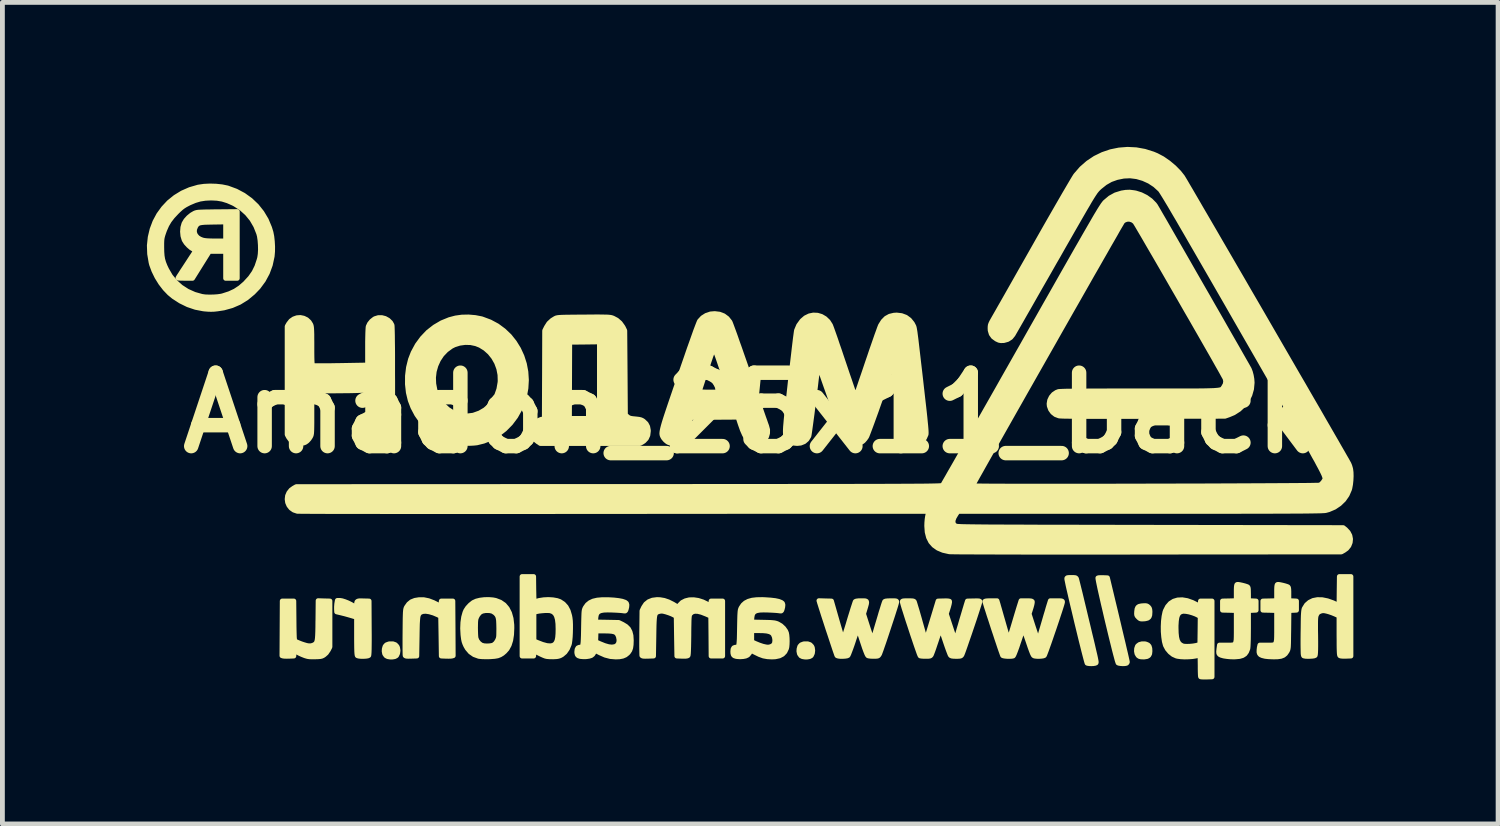
<source format=kicad_pcb>
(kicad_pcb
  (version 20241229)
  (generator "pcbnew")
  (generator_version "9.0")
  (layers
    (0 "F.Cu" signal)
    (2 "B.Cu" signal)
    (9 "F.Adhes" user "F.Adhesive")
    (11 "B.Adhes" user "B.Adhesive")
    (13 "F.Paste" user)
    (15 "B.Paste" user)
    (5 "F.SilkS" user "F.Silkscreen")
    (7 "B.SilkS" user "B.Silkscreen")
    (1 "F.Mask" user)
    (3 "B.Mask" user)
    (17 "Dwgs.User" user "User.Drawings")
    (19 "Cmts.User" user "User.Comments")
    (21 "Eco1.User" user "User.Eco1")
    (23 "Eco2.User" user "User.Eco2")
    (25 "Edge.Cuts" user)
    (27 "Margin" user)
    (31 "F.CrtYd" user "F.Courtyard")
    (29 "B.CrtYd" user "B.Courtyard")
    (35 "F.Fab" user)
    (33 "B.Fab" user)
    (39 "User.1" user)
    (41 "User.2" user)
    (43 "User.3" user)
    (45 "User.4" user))
  (footprint "Amadon_25x11_back"
    (layer "F.Cu")
    (at 12.531 5.522)
    (property "Reference" "Amadon_25x11_back" (at 0 0 0) (layer "F.SilkS") (effects (font (size 1.524 1.524) (thickness 0.3))))
    (attr through_hole)
    (fp_poly (pts (xy -7.318 4.933) (xy -7.325 4.989) (xy -7.346 5.034) (xy -7.354 5.043) (xy -7.386 5.06) (xy -7.432 5.068) (xy -7.484 5.068) (xy -7.531 5.06) (xy -7.565 5.043) (xy -7.567 5.042) (xy -7.596 5.001) (xy -7.606 4.947) (xy -7.603 4.9) (xy -7.588 4.848) (xy -7.558 4.814) (xy -7.508 4.796) (xy -7.492 4.793) (xy -7.426 4.793) (xy -7.374 4.811) (xy -7.339 4.848) (xy -7.327 4.875) (xy -7.318 4.933)) (stroke (width 0.1) (type solid)) (fill yes) (layer "F.SilkS"))
    (fp_poly (pts (xy 1.292 4.933) (xy 1.285 4.989) (xy 1.264 5.034) (xy 1.257 5.043) (xy 1.225 5.06) (xy 1.178 5.068) (xy 1.127 5.068) (xy 1.079 5.06) (xy 1.045 5.043) (xy 1.044 5.042) (xy 1.015 5.001) (xy 1.004 4.947) (xy 1.007 4.9) (xy 1.022 4.848) (xy 1.053 4.814) (xy 1.102 4.796) (xy 1.118 4.793) (xy 1.185 4.793) (xy 1.237 4.811) (xy 1.272 4.848) (xy 1.284 4.875) (xy 1.292 4.933)) (stroke (width 0.1) (type solid)) (fill yes) (layer "F.SilkS"))
    (fp_poly (pts (xy 8.293 4.946) (xy 8.287 5) (xy 8.267 5.037) (xy 8.231 5.058) (xy 8.175 5.067) (xy 8.151 5.067) (xy 8.105 5.065) (xy 8.075 5.058) (xy 8.051 5.042) (xy 8.045 5.036) (xy 8.022 4.998) (xy 8.012 4.947) (xy 8.015 4.894) (xy 8.031 4.847) (xy 8.039 4.835) (xy 8.076 4.807) (xy 8.129 4.793) (xy 8.189 4.794) (xy 8.213 4.8) (xy 8.252 4.817) (xy 8.277 4.845) (xy 8.29 4.89) (xy 8.293 4.946)) (stroke (width 0.1) (type solid)) (fill yes) (layer "F.SilkS"))
    (fp_poly (pts (xy 8.293 4.138) (xy 8.289 4.198) (xy 8.274 4.238) (xy 8.244 4.262) (xy 8.196 4.274) (xy 8.169 4.277) (xy 8.124 4.279) (xy 8.096 4.276) (xy 8.075 4.265) (xy 8.051 4.243) (xy 8.028 4.218) (xy 8.017 4.197) (xy 8.014 4.168) (xy 8.016 4.127) (xy 8.023 4.072) (xy 8.039 4.036) (xy 8.067 4.016) (xy 8.113 4.006) (xy 8.146 4.003) (xy 8.192 4.001) (xy 8.221 4.004) (xy 8.242 4.014) (xy 8.261 4.03) (xy 8.28 4.053) (xy 8.289 4.08) (xy 8.293 4.119) (xy 8.293 4.138)) (stroke (width 0.1) (type solid)) (fill yes) (layer "F.SilkS"))
    (fp_poly (pts (xy 7.823 5.174) (xy 7.813 5.193) (xy 7.803 5.199) (xy 7.772 5.205) (xy 7.729 5.207) (xy 7.684 5.204) (xy 7.647 5.198) (xy 7.63 5.191) (xy 7.624 5.176) (xy 7.612 5.139) (xy 7.597 5.083) (xy 7.577 5.008) (xy 7.554 4.919) (xy 7.529 4.818) (xy 7.501 4.706) (xy 7.472 4.587) (xy 7.442 4.462) (xy 7.411 4.334) (xy 7.381 4.206) (xy 7.352 4.08) (xy 7.323 3.958) (xy 7.297 3.843) (xy 7.273 3.737) (xy 7.252 3.643) (xy 7.235 3.562) (xy 7.222 3.498) (xy 7.214 3.453) (xy 7.211 3.429) (xy 7.211 3.426) (xy 7.229 3.421) (xy 7.264 3.419) (xy 7.31 3.419) (xy 7.316 3.419) (xy 7.41 3.423) (xy 7.521 3.886) (xy 7.572 4.097) (xy 7.618 4.291) (xy 7.66 4.469) (xy 7.698 4.629) (xy 7.732 4.77) (xy 7.76 4.892) (xy 7.784 4.993) (xy 7.802 5.072) (xy 7.815 5.13) (xy 7.822 5.164) (xy 7.823 5.174)) (stroke (width 0.1) (type solid)) (fill yes) (layer "F.SilkS"))
    (fp_poly (pts (xy -7.914 4.733) (xy -7.915 4.834) (xy -7.916 4.912) (xy -7.918 4.971) (xy -7.921 5.011) (xy -7.924 5.032) (xy -7.926 5.037) (xy -7.946 5.046) (xy -7.984 5.052) (xy -8.031 5.055) (xy -8.081 5.055) (xy -8.125 5.051) (xy -8.155 5.044) (xy -8.164 5.039) (xy -8.168 5.027) (xy -8.172 4.999) (xy -8.175 4.954) (xy -8.177 4.89) (xy -8.178 4.805) (xy -8.179 4.697) (xy -8.179 4.634) (xy -8.179 4.243) (xy -8.285 4.211) (xy -8.351 4.192) (xy -8.423 4.172) (xy -8.488 4.156) (xy -8.491 4.155) (xy -8.592 4.131) (xy -8.595 4.074) (xy -8.595 4.025) (xy -8.591 3.97) (xy -8.589 3.955) (xy -8.578 3.893) (xy -8.52 3.893) (xy -8.478 3.9) (xy -8.421 3.918) (xy -8.358 3.943) (xy -8.295 3.974) (xy -8.24 4.006) (xy -8.23 4.013) (xy -8.204 4.03) (xy -8.187 4.038) (xy -8.186 4.039) (xy -8.182 4.027) (xy -8.179 3.999) (xy -8.179 3.985) (xy -8.177 3.947) (xy -8.171 3.922) (xy -8.154 3.908) (xy -8.123 3.901) (xy -8.074 3.901) (xy -8.038 3.902) (xy -7.918 3.905) (xy -7.915 4.463) (xy -7.914 4.61) (xy -7.914 4.733)) (stroke (width 0.1) (type solid)) (fill yes) (layer "F.SilkS"))
    (fp_poly (pts (xy 7.177 5.174) (xy 7.176 5.182) (xy 7.175 5.187) (xy 7.173 5.191) (xy 7.172 5.191) (xy 7.153 5.199) (xy 7.118 5.205) (xy 7.074 5.207) (xy 7.032 5.205) (xy 6.998 5.2) (xy 6.987 5.196) (xy 6.982 5.182) (xy 6.972 5.147) (xy 6.957 5.091) (xy 6.938 5.018) (xy 6.915 4.929) (xy 6.89 4.828) (xy 6.862 4.717) (xy 6.833 4.598) (xy 6.803 4.474) (xy 6.772 4.347) (xy 6.742 4.219) (xy 6.712 4.093) (xy 6.683 3.972) (xy 6.656 3.857) (xy 6.632 3.752) (xy 6.61 3.658) (xy 6.592 3.578) (xy 6.579 3.514) (xy 6.57 3.47) (xy 6.566 3.447) (xy 6.566 3.445) (xy 6.567 3.431) (xy 6.576 3.422) (xy 6.596 3.418) (xy 6.633 3.416) (xy 6.661 3.416) (xy 6.711 3.417) (xy 6.741 3.42) (xy 6.757 3.427) (xy 6.766 3.44) (xy 6.768 3.445) (xy 6.773 3.463) (xy 6.783 3.503) (xy 6.798 3.562) (xy 6.817 3.639) (xy 6.84 3.731) (xy 6.865 3.835) (xy 6.892 3.948) (xy 6.921 4.069) (xy 6.926 4.089) (xy 6.971 4.278) (xy 7.011 4.443) (xy 7.045 4.587) (xy 7.075 4.71) (xy 7.1 4.815) (xy 7.12 4.903) (xy 7.137 4.976) (xy 7.151 5.035) (xy 7.161 5.081) (xy 7.168 5.117) (xy 7.173 5.143) (xy 7.176 5.162) (xy 7.177 5.174)) (stroke (width 0.1) (type solid)) (fill yes) (layer "F.SilkS"))
    (fp_poly (pts (xy 10.497 4.096) (xy 10.417 4.1) (xy 10.338 4.103) (xy 10.338 4.474) (xy 10.337 4.594) (xy 10.336 4.697) (xy 10.333 4.781) (xy 10.33 4.844) (xy 10.326 4.885) (xy 10.324 4.896) (xy 10.299 4.959) (xy 10.265 5.006) (xy 10.216 5.038) (xy 10.151 5.057) (xy 10.067 5.065) (xy 10.027 5.066) (xy 9.962 5.064) (xy 9.896 5.058) (xy 9.841 5.05) (xy 9.823 5.047) (xy 9.77 5.032) (xy 9.737 5.015) (xy 9.721 4.992) (xy 9.718 4.955) (xy 9.723 4.906) (xy 9.735 4.82) (xy 9.882 4.82) (xy 9.94 4.82) (xy 9.985 4.819) (xy 10.02 4.815) (xy 10.045 4.805) (xy 10.063 4.785) (xy 10.074 4.754) (xy 10.081 4.709) (xy 10.083 4.647) (xy 10.084 4.565) (xy 10.084 4.461) (xy 10.084 4.437) (xy 10.084 4.103) (xy 9.941 4.099) (xy 9.798 4.096) (xy 9.798 4) (xy 9.798 3.905) (xy 9.941 3.902) (xy 10.084 3.898) (xy 10.084 3.733) (xy 10.084 3.663) (xy 10.086 3.615) (xy 10.09 3.584) (xy 10.095 3.567) (xy 10.103 3.561) (xy 10.124 3.56) (xy 10.161 3.566) (xy 10.207 3.576) (xy 10.254 3.588) (xy 10.295 3.601) (xy 10.316 3.609) (xy 10.326 3.617) (xy 10.332 3.633) (xy 10.336 3.661) (xy 10.337 3.706) (xy 10.338 3.759) (xy 10.338 3.898) (xy 10.417 3.901) (xy 10.497 3.905) (xy 10.497 4) (xy 10.497 4.096)) (stroke (width 0.1) (type solid)) (fill yes) (layer "F.SilkS"))
    (fp_poly (pts (xy -8.731 4.858) (xy -8.763 4.921) (xy -8.806 4.984) (xy -8.85 5.023) (xy -8.876 5.04) (xy -8.9 5.051) (xy -8.929 5.058) (xy -8.968 5.062) (xy -9.025 5.064) (xy -9.04 5.064) (xy -9.106 5.065) (xy -9.156 5.063) (xy -9.196 5.057) (xy -9.236 5.046) (xy -9.259 5.038) (xy -9.312 5.017) (xy -9.366 4.992) (xy -9.399 4.974) (xy -9.433 4.955) (xy -9.458 4.943) (xy -9.465 4.94) (xy -9.471 4.952) (xy -9.475 4.98) (xy -9.477 4.994) (xy -9.481 5.048) (xy -9.576 5.052) (xy -9.626 5.053) (xy -9.67 5.052) (xy -9.698 5.049) (xy -9.7 5.049) (xy -9.728 5.041) (xy -9.725 4.473) (xy -9.722 3.905) (xy -9.601 3.905) (xy -9.481 3.905) (xy -9.477 4.313) (xy -9.476 4.434) (xy -9.474 4.532) (xy -9.472 4.608) (xy -9.47 4.664) (xy -9.466 4.703) (xy -9.462 4.725) (xy -9.458 4.734) (xy -9.43 4.75) (xy -9.384 4.77) (xy -9.329 4.792) (xy -9.272 4.811) (xy -9.221 4.826) (xy -9.187 4.833) (xy -9.135 4.836) (xy -9.092 4.826) (xy -9.074 4.819) (xy -9.052 4.807) (xy -9.033 4.794) (xy -9.018 4.777) (xy -9.007 4.753) (xy -8.998 4.72) (xy -8.992 4.675) (xy -8.988 4.616) (xy -8.985 4.539) (xy -8.983 4.443) (xy -8.982 4.325) (xy -8.981 4.302) (xy -8.977 3.898) (xy -8.854 3.902) (xy -8.731 3.905) (xy -8.731 4.381) (xy -8.731 4.858)) (stroke (width 0.1) (type solid)) (fill yes) (layer "F.SilkS"))
    (fp_poly (pts (xy -6.172 5.041) (xy -6.201 5.049) (xy -6.227 5.052) (xy -6.271 5.053) (xy -6.321 5.052) (xy -6.325 5.052) (xy -6.42 5.048) (xy -6.426 4.636) (xy -6.433 4.223) (xy -6.49 4.194) (xy -6.579 4.156) (xy -6.664 4.131) (xy -6.739 4.119) (xy -6.803 4.123) (xy -6.85 4.141) (xy -6.86 4.148) (xy -6.874 4.163) (xy -6.886 4.179) (xy -6.895 4.199) (xy -6.903 4.227) (xy -6.908 4.265) (xy -6.912 4.315) (xy -6.916 4.381) (xy -6.918 4.465) (xy -6.92 4.571) (xy -6.921 4.642) (xy -6.928 5.048) (xy -7.046 5.052) (xy -7.104 5.053) (xy -7.141 5.051) (xy -7.162 5.046) (xy -7.17 5.038) (xy -7.172 5.021) (xy -7.173 4.982) (xy -7.174 4.924) (xy -7.174 4.849) (xy -7.174 4.761) (xy -7.174 4.661) (xy -7.173 4.554) (xy -7.173 4.551) (xy -7.172 4.43) (xy -7.171 4.331) (xy -7.17 4.252) (xy -7.168 4.19) (xy -7.166 4.143) (xy -7.163 4.108) (xy -7.16 4.082) (xy -7.155 4.063) (xy -7.15 4.048) (xy -7.143 4.034) (xy -7.142 4.032) (xy -7.096 3.967) (xy -7.039 3.92) (xy -6.966 3.891) (xy -6.879 3.877) (xy -6.781 3.878) (xy -6.684 3.898) (xy -6.582 3.937) (xy -6.538 3.959) (xy -6.494 3.981) (xy -6.459 3.999) (xy -6.439 4.01) (xy -6.436 4.011) (xy -6.43 4.002) (xy -6.425 3.975) (xy -6.424 3.96) (xy -6.42 3.905) (xy -6.299 3.905) (xy -6.179 3.905) (xy -6.175 4.473) (xy -6.172 5.041)) (stroke (width 0.1) (type solid)) (fill yes) (layer "F.SilkS"))
    (fp_poly (pts (xy 11.335 4.096) (xy 11.256 4.1) (xy 11.178 4.103) (xy 11.174 4.5) (xy 11.172 4.61) (xy 11.171 4.699) (xy 11.17 4.767) (xy 11.168 4.82) (xy 11.166 4.859) (xy 11.162 4.888) (xy 11.158 4.909) (xy 11.152 4.926) (xy 11.144 4.942) (xy 11.138 4.953) (xy 11.105 5) (xy 11.065 5.033) (xy 11.012 5.054) (xy 10.943 5.064) (xy 10.865 5.066) (xy 10.804 5.064) (xy 10.746 5.061) (xy 10.7 5.056) (xy 10.684 5.054) (xy 10.624 5.039) (xy 10.585 5.021) (xy 10.564 4.996) (xy 10.556 4.966) (xy 10.557 4.922) (xy 10.562 4.876) (xy 10.563 4.87) (xy 10.574 4.82) (xy 10.724 4.82) (xy 10.78 4.82) (xy 10.824 4.819) (xy 10.858 4.815) (xy 10.883 4.804) (xy 10.901 4.784) (xy 10.912 4.752) (xy 10.919 4.706) (xy 10.921 4.643) (xy 10.922 4.561) (xy 10.922 4.457) (xy 10.922 4.431) (xy 10.922 4.103) (xy 10.779 4.099) (xy 10.636 4.096) (xy 10.636 4) (xy 10.636 3.905) (xy 10.779 3.902) (xy 10.922 3.898) (xy 10.922 3.733) (xy 10.922 3.663) (xy 10.924 3.615) (xy 10.928 3.584) (xy 10.933 3.567) (xy 10.941 3.561) (xy 10.962 3.56) (xy 10.999 3.566) (xy 11.045 3.576) (xy 11.092 3.588) (xy 11.133 3.601) (xy 11.154 3.609) (xy 11.164 3.617) (xy 11.17 3.633) (xy 11.174 3.661) (xy 11.176 3.706) (xy 11.176 3.759) (xy 11.176 3.898) (xy 11.255 3.901) (xy 11.335 3.905) (xy 11.335 4) (xy 11.335 4.096)) (stroke (width 0.1) (type solid)) (fill yes) (layer "F.SilkS"))
    (fp_poly (pts (xy 12.465 5.048) (xy 12.359 5.052) (xy 12.297 5.052) (xy 12.254 5.048) (xy 12.235 5.041) (xy 12.23 5.033) (xy 12.226 5.016) (xy 12.223 4.988) (xy 12.221 4.946) (xy 12.219 4.888) (xy 12.218 4.811) (xy 12.218 4.714) (xy 12.217 4.62) (xy 12.217 4.215) (xy 12.136 4.178) (xy 12.078 4.154) (xy 12.014 4.132) (xy 11.972 4.12) (xy 11.923 4.109) (xy 11.888 4.106) (xy 11.857 4.11) (xy 11.834 4.117) (xy 11.793 4.135) (xy 11.766 4.162) (xy 11.754 4.185) (xy 11.747 4.2) (xy 11.741 4.217) (xy 11.737 4.238) (xy 11.734 4.266) (xy 11.732 4.304) (xy 11.731 4.356) (xy 11.731 4.424) (xy 11.731 4.511) (xy 11.733 4.62) (xy 11.733 4.627) (xy 11.734 4.746) (xy 11.734 4.842) (xy 11.733 4.917) (xy 11.731 4.971) (xy 11.728 5.009) (xy 11.724 5.03) (xy 11.722 5.036) (xy 11.702 5.045) (xy 11.665 5.051) (xy 11.618 5.054) (xy 11.568 5.055) (xy 11.523 5.053) (xy 11.491 5.047) (xy 11.483 5.044) (xy 11.479 5.036) (xy 11.475 5.019) (xy 11.472 4.99) (xy 11.471 4.947) (xy 11.47 4.887) (xy 11.469 4.809) (xy 11.469 4.71) (xy 11.47 4.589) (xy 11.47 4.571) (xy 11.472 4.448) (xy 11.473 4.348) (xy 11.474 4.269) (xy 11.476 4.206) (xy 11.479 4.159) (xy 11.482 4.123) (xy 11.486 4.096) (xy 11.49 4.076) (xy 11.496 4.06) (xy 11.497 4.058) (xy 11.543 3.984) (xy 11.605 3.93) (xy 11.681 3.893) (xy 11.769 3.876) (xy 11.869 3.878) (xy 11.977 3.9) (xy 12.093 3.941) (xy 12.125 3.956) (xy 12.217 3.999) (xy 12.22 3.698) (xy 12.224 3.397) (xy 12.344 3.397) (xy 12.465 3.397) (xy 12.465 4.223) (xy 12.465 5.048)) (stroke (width 0.1) (type solid)) (fill yes) (layer "F.SilkS"))
    (fp_poly (pts (xy -10.655 -2.794) (xy -10.776 -2.794) (xy -10.897 -2.794) (xy -10.897 -3.073) (xy -10.897 -3.353) (xy -10.897 -3.569) (xy -10.897 -3.766) (xy -10.897 -3.964) (xy -11.161 -3.96) (xy -11.257 -3.958) (xy -11.332 -3.956) (xy -11.388 -3.951) (xy -11.43 -3.944) (xy -11.46 -3.933) (xy -11.483 -3.918) (xy -11.501 -3.898) (xy -11.518 -3.871) (xy -11.519 -3.87) (xy -11.543 -3.809) (xy -11.544 -3.748) (xy -11.522 -3.691) (xy -11.48 -3.642) (xy -11.433 -3.612) (xy -11.4 -3.598) (xy -11.368 -3.587) (xy -11.332 -3.58) (xy -11.288 -3.575) (xy -11.231 -3.572) (xy -11.155 -3.57) (xy -11.103 -3.57) (xy -10.897 -3.569) (xy -10.897 -3.353) (xy -11.066 -3.353) (xy -11.235 -3.353) (xy -11.41 -3.073) (xy -11.584 -2.794) (xy -11.736 -2.794) (xy -11.794 -2.795) (xy -11.842 -2.796) (xy -11.875 -2.798) (xy -11.887 -2.8) (xy -11.887 -2.8) (xy -11.881 -2.812) (xy -11.862 -2.843) (xy -11.832 -2.888) (xy -11.795 -2.947) (xy -11.75 -3.015) (xy -11.703 -3.087) (xy -11.654 -3.162) (xy -11.61 -3.23) (xy -11.572 -3.287) (xy -11.544 -3.332) (xy -11.525 -3.362) (xy -11.519 -3.373) (xy -11.529 -3.38) (xy -11.555 -3.393) (xy -11.563 -3.396) (xy -11.615 -3.427) (xy -11.669 -3.474) (xy -11.719 -3.529) (xy -11.755 -3.585) (xy -11.761 -3.598) (xy -11.784 -3.675) (xy -11.792 -3.763) (xy -11.785 -3.851) (xy -11.763 -3.929) (xy -11.761 -3.933) (xy -11.723 -3.997) (xy -11.667 -4.059) (xy -11.602 -4.112) (xy -11.547 -4.144) (xy -11.53 -4.152) (xy -11.511 -4.158) (xy -11.49 -4.163) (xy -11.461 -4.167) (xy -11.423 -4.169) (xy -11.373 -4.171) (xy -11.308 -4.173) (xy -11.224 -4.174) (xy -11.118 -4.176) (xy -11.071 -4.176) (xy -10.655 -4.18) (xy -10.655 -3.487) (xy -10.655 -2.794)) (stroke (width 0.1) (type solid)) (fill yes) (layer "F.SilkS"))
    (fp_poly (pts (xy -2.121 0.38) (xy -2.131 0.463) (xy -2.162 0.531) (xy -2.213 0.585) (xy -2.24 0.603) (xy -2.295 0.635) (xy -3.137 0.635) (xy -3.137 0.114) (xy -3.137 -0.68) (xy -3.137 -1.474) (xy -3.445 -1.47) (xy -3.753 -1.467) (xy -3.756 -0.676) (xy -3.759 0.114) (xy -3.448 0.114) (xy -3.137 0.114) (xy -3.137 0.635) (xy -3.329 0.635) (xy -4.364 0.635) (xy -4.414 0.602) (xy -4.473 0.555) (xy -4.509 0.499) (xy -4.528 0.43) (xy -4.531 0.395) (xy -4.531 0.343) (xy -4.526 0.306) (xy -4.512 0.273) (xy -4.506 0.262) (xy -4.461 0.203) (xy -4.407 0.159) (xy -4.349 0.134) (xy -4.333 0.131) (xy -4.281 0.124) (xy -4.277 -0.792) (xy -4.274 -1.708) (xy -4.238 -1.78) (xy -4.188 -1.859) (xy -4.12 -1.922) (xy -4.06 -1.959) (xy -4.047 -1.966) (xy -4.033 -1.972) (xy -4.016 -1.976) (xy -3.994 -1.98) (xy -3.965 -1.983) (xy -3.925 -1.985) (xy -3.872 -1.987) (xy -3.805 -1.988) (xy -3.72 -1.989) (xy -3.614 -1.99) (xy -3.486 -1.991) (xy -3.466 -1.991) (xy -3.334 -1.992) (xy -3.225 -1.993) (xy -3.137 -1.993) (xy -3.066 -1.992) (xy -3.01 -1.991) (xy -2.967 -1.99) (xy -2.934 -1.987) (xy -2.909 -1.984) (xy -2.888 -1.98) (xy -2.87 -1.974) (xy -2.853 -1.968) (xy -2.776 -1.927) (xy -2.706 -1.866) (xy -2.652 -1.791) (xy -2.641 -1.772) (xy -2.61 -1.708) (xy -2.603 -0.834) (xy -2.597 0.04) (xy -2.557 0.076) (xy -2.529 0.097) (xy -2.496 0.11) (xy -2.451 0.118) (xy -2.43 0.12) (xy -2.362 0.127) (xy -2.314 0.133) (xy -2.28 0.141) (xy -2.253 0.152) (xy -2.23 0.166) (xy -2.222 0.172) (xy -2.167 0.224) (xy -2.135 0.285) (xy -2.121 0.36) (xy -2.121 0.38)) (stroke (width 0.1) (type solid)) (fill yes) (layer "F.SilkS"))
    (fp_poly (pts (xy -3.736 4.477) (xy -3.738 4.564) (xy -3.742 4.647) (xy -3.749 4.722) (xy -3.757 4.78) (xy -3.764 4.807) (xy -3.801 4.895) (xy -3.852 4.968) (xy -3.913 5.02) (xy -3.92 5.024) (xy -3.953 5.042) (xy -3.986 5.053) (xy -3.996 5.055) (xy -3.996 4.489) (xy -3.999 4.377) (xy -4.01 4.286) (xy -4.03 4.216) (xy -4.059 4.165) (xy -4.099 4.13) (xy -4.149 4.11) (xy -4.161 4.107) (xy -4.204 4.104) (xy -4.263 4.104) (xy -4.328 4.109) (xy -4.391 4.116) (xy -4.442 4.126) (xy -4.448 4.128) (xy -4.496 4.141) (xy -4.496 4.438) (xy -4.496 4.734) (xy -4.429 4.763) (xy -4.32 4.805) (xy -4.228 4.83) (xy -4.154 4.836) (xy -4.097 4.825) (xy -4.056 4.796) (xy -4.056 4.796) (xy -4.032 4.761) (xy -4.015 4.717) (xy -4.004 4.66) (xy -3.998 4.585) (xy -3.996 4.489) (xy -3.996 5.055) (xy -4.025 5.06) (xy -4.08 5.063) (xy -4.095 5.064) (xy -4.168 5.063) (xy -4.228 5.058) (xy -4.261 5.05) (xy -4.299 5.035) (xy -4.348 5.013) (xy -4.394 4.99) (xy -4.436 4.968) (xy -4.468 4.952) (xy -4.485 4.943) (xy -4.486 4.943) (xy -4.492 4.951) (xy -4.497 4.978) (xy -4.498 4.993) (xy -4.502 5.048) (xy -4.623 5.048) (xy -4.743 5.048) (xy -4.743 4.223) (xy -4.743 3.397) (xy -4.623 3.397) (xy -4.502 3.397) (xy -4.499 3.662) (xy -4.497 3.75) (xy -4.496 3.817) (xy -4.494 3.863) (xy -4.491 3.894) (xy -4.488 3.911) (xy -4.483 3.919) (xy -4.476 3.919) (xy -4.473 3.918) (xy -4.389 3.894) (xy -4.294 3.879) (xy -4.196 3.874) (xy -4.101 3.88) (xy -4.017 3.895) (xy -3.958 3.916) (xy -3.885 3.964) (xy -3.828 4.027) (xy -3.785 4.108) (xy -3.755 4.209) (xy -3.746 4.257) (xy -3.739 4.318) (xy -3.736 4.393) (xy -3.736 4.477)) (stroke (width 0.1) (type solid)) (fill yes) (layer "F.SilkS"))
    (fp_poly (pts (xy 9.582 5.48) (xy 9.467 5.484) (xy 9.415 5.484) (xy 9.374 5.483) (xy 9.348 5.48) (xy 9.343 5.478) (xy 9.34 5.463) (xy 9.338 5.427) (xy 9.336 5.374) (xy 9.335 5.317) (xy 9.335 4.229) (xy 9.293 4.203) (xy 9.242 4.178) (xy 9.178 4.154) (xy 9.11 4.134) (xy 9.046 4.122) (xy 8.993 4.118) (xy 8.982 4.118) (xy 8.935 4.129) (xy 8.898 4.153) (xy 8.871 4.19) (xy 8.852 4.244) (xy 8.841 4.318) (xy 8.835 4.413) (xy 8.835 4.464) (xy 8.838 4.572) (xy 8.847 4.658) (xy 8.863 4.724) (xy 8.888 4.774) (xy 8.922 4.81) (xy 8.967 4.835) (xy 8.973 4.837) (xy 9.009 4.844) (xy 9.062 4.846) (xy 9.125 4.844) (xy 9.189 4.838) (xy 9.247 4.828) (xy 9.271 4.822) (xy 9.328 4.806) (xy 9.332 4.517) (xy 9.335 4.229) (xy 9.335 5.317) (xy 9.335 5.309) (xy 9.335 5.249) (xy 9.334 5.178) (xy 9.333 5.116) (xy 9.33 5.068) (xy 9.328 5.038) (xy 9.325 5.03) (xy 9.308 5.033) (xy 9.275 5.04) (xy 9.239 5.049) (xy 9.174 5.059) (xy 9.096 5.065) (xy 9.013 5.067) (xy 8.934 5.063) (xy 8.867 5.054) (xy 8.84 5.047) (xy 8.772 5.016) (xy 8.708 4.965) (xy 8.653 4.9) (xy 8.615 4.829) (xy 8.612 4.823) (xy 8.591 4.745) (xy 8.577 4.65) (xy 8.568 4.543) (xy 8.567 4.432) (xy 8.572 4.323) (xy 8.584 4.223) (xy 8.602 4.137) (xy 8.612 4.107) (xy 8.656 4.021) (xy 8.714 3.954) (xy 8.786 3.908) (xy 8.869 3.883) (xy 8.963 3.879) (xy 9.065 3.896) (xy 9.175 3.935) (xy 9.223 3.959) (xy 9.267 3.981) (xy 9.302 3.999) (xy 9.322 4.01) (xy 9.324 4.011) (xy 9.33 4.002) (xy 9.335 3.975) (xy 9.337 3.96) (xy 9.341 3.905) (xy 9.461 3.905) (xy 9.582 3.905) (xy 9.582 4.693) (xy 9.582 5.48)) (stroke (width 0.1) (type solid)) (fill yes) (layer "F.SilkS"))
    (fp_poly (pts (xy -4.954 4.464) (xy -4.96 4.603) (xy -4.978 4.72) (xy -5.009 4.818) (xy -5.053 4.899) (xy -5.102 4.954) (xy -5.15 4.995) (xy -5.198 5.024) (xy -5.226 5.035) (xy -5.226 4.498) (xy -5.226 4.47) (xy -5.228 4.38) (xy -5.231 4.311) (xy -5.239 4.259) (xy -5.251 4.22) (xy -5.27 4.188) (xy -5.295 4.161) (xy -5.309 4.149) (xy -5.356 4.119) (xy -5.415 4.105) (xy -5.491 4.104) (xy -5.507 4.105) (xy -5.571 4.117) (xy -5.619 4.144) (xy -5.658 4.19) (xy -5.677 4.223) (xy -5.69 4.251) (xy -5.699 4.277) (xy -5.704 4.308) (xy -5.707 4.348) (xy -5.708 4.405) (xy -5.709 4.458) (xy -5.708 4.526) (xy -5.706 4.589) (xy -5.703 4.64) (xy -5.699 4.674) (xy -5.699 4.676) (xy -5.676 4.732) (xy -5.637 4.782) (xy -5.589 4.818) (xy -5.582 4.821) (xy -5.534 4.834) (xy -5.474 4.838) (xy -5.411 4.835) (xy -5.356 4.825) (xy -5.334 4.816) (xy -5.289 4.778) (xy -5.258 4.73) (xy -5.246 4.704) (xy -5.237 4.68) (xy -5.231 4.653) (xy -5.228 4.617) (xy -5.227 4.567) (xy -5.226 4.498) (xy -5.226 5.035) (xy -5.249 5.044) (xy -5.312 5.055) (xy -5.39 5.061) (xy -5.436 5.063) (xy -5.502 5.063) (xy -5.563 5.062) (xy -5.612 5.058) (xy -5.642 5.054) (xy -5.738 5.019) (xy -5.817 4.964) (xy -5.88 4.89) (xy -5.912 4.835) (xy -5.933 4.788) (xy -5.948 4.745) (xy -5.958 4.698) (xy -5.966 4.639) (xy -5.97 4.604) (xy -5.977 4.473) (xy -5.972 4.35) (xy -5.956 4.239) (xy -5.93 4.146) (xy -5.911 4.102) (xy -5.873 4.044) (xy -5.819 3.986) (xy -5.759 3.938) (xy -5.75 3.933) (xy -5.691 3.906) (xy -5.614 3.887) (xy -5.526 3.876) (xy -5.435 3.874) (xy -5.348 3.881) (xy -5.292 3.892) (xy -5.195 3.929) (xy -5.114 3.985) (xy -5.05 4.061) (xy -5.002 4.155) (xy -4.97 4.269) (xy -4.955 4.402) (xy -4.954 4.464)) (stroke (width 0.1) (type solid)) (fill yes) (layer "F.SilkS"))
    (fp_poly (pts (xy -0.578 5.048) (xy -0.699 5.048) (xy -0.819 5.048) (xy -0.822 4.634) (xy -0.826 4.22) (xy -0.918 4.179) (xy -1.015 4.141) (xy -1.095 4.121) (xy -1.16 4.119) (xy -1.211 4.135) (xy -1.25 4.17) (xy -1.257 4.181) (xy -1.263 4.193) (xy -1.268 4.21) (xy -1.271 4.235) (xy -1.274 4.269) (xy -1.276 4.317) (xy -1.277 4.38) (xy -1.279 4.462) (xy -1.28 4.565) (xy -1.28 4.614) (xy -1.282 4.746) (xy -1.284 4.853) (xy -1.287 4.936) (xy -1.29 4.994) (xy -1.294 5.028) (xy -1.298 5.039) (xy -1.314 5.047) (xy -1.347 5.052) (xy -1.4 5.052) (xy -1.421 5.052) (xy -1.53 5.048) (xy -1.537 4.636) (xy -1.543 4.224) (xy -1.585 4.2) (xy -1.633 4.176) (xy -1.692 4.153) (xy -1.754 4.133) (xy -1.809 4.119) (xy -1.845 4.115) (xy -1.888 4.12) (xy -1.926 4.132) (xy -1.929 4.133) (xy -1.947 4.143) (xy -1.962 4.155) (xy -1.974 4.172) (xy -1.983 4.196) (xy -1.99 4.229) (xy -1.995 4.274) (xy -1.999 4.335) (xy -2.002 4.412) (xy -2.004 4.51) (xy -2.006 4.631) (xy -2.006 4.636) (xy -2.013 5.048) (xy -2.131 5.052) (xy -2.188 5.053) (xy -2.225 5.051) (xy -2.246 5.046) (xy -2.255 5.038) (xy -2.256 5.037) (xy -2.257 5.02) (xy -2.258 4.981) (xy -2.259 4.922) (xy -2.26 4.848) (xy -2.26 4.759) (xy -2.259 4.661) (xy -2.259 4.563) (xy -2.254 4.108) (xy -2.22 4.036) (xy -2.175 3.968) (xy -2.113 3.918) (xy -2.035 3.887) (xy -1.941 3.875) (xy -1.882 3.877) (xy -1.793 3.892) (xy -1.705 3.922) (xy -1.611 3.969) (xy -1.584 3.985) (xy -1.504 4.034) (xy -1.471 3.987) (xy -1.419 3.935) (xy -1.351 3.9) (xy -1.271 3.88) (xy -1.181 3.878) (xy -1.087 3.892) (xy -0.99 3.923) (xy -0.912 3.961) (xy -0.827 4.01) (xy -0.823 3.958) (xy -0.819 3.905) (xy -0.699 3.905) (xy -0.578 3.905) (xy -0.578 4.477) (xy -0.578 5.048)) (stroke (width 0.1) (type solid)) (fill yes) (layer "F.SilkS"))
    (fp_poly (pts (xy -4.652 -0.683) (xy -4.662 -0.512) (xy -4.693 -0.341) (xy -4.748 -0.172) (xy -4.787 -0.083) (xy -4.874 0.074) (xy -4.98 0.215) (xy -5.101 0.338) (xy -5.198 0.413) (xy -5.198 -0.66) (xy -5.202 -0.792) (xy -5.227 -0.92) (xy -5.272 -1.042) (xy -5.335 -1.153) (xy -5.414 -1.252) (xy -5.508 -1.336) (xy -5.613 -1.401) (xy -5.701 -1.436) (xy -5.811 -1.459) (xy -5.926 -1.462) (xy -6.041 -1.446) (xy -6.148 -1.412) (xy -6.21 -1.381) (xy -6.317 -1.303) (xy -6.407 -1.209) (xy -6.478 -1.102) (xy -6.531 -0.985) (xy -6.566 -0.862) (xy -6.581 -0.734) (xy -6.576 -0.605) (xy -6.552 -0.478) (xy -6.507 -0.356) (xy -6.441 -0.242) (xy -6.375 -0.16) (xy -6.283 -0.075) (xy -6.184 -0.011) (xy -6.102 0.023) (xy -5.985 0.054) (xy -5.872 0.062) (xy -5.76 0.048) (xy -5.746 0.044) (xy -5.623 0.000104) (xy -5.512 -0.065) (xy -5.415 -0.149) (xy -5.334 -0.249) (xy -5.27 -0.364) (xy -5.225 -0.492) (xy -5.201 -0.63) (xy -5.198 -0.66) (xy -5.198 0.413) (xy -5.236 0.442) (xy -5.383 0.525) (xy -5.54 0.587) (xy -5.682 0.622) (xy -5.748 0.629) (xy -5.831 0.633) (xy -5.921 0.633) (xy -6.01 0.629) (xy -6.09 0.622) (xy -6.14 0.614) (xy -6.297 0.568) (xy -6.447 0.499) (xy -6.587 0.41) (xy -6.715 0.301) (xy -6.83 0.176) (xy -6.929 0.036) (xy -7.01 -0.117) (xy -7.065 -0.261) (xy -7.104 -0.424) (xy -7.123 -0.596) (xy -7.122 -0.77) (xy -7.101 -0.943) (xy -7.06 -1.109) (xy -7.005 -1.251) (xy -6.919 -1.41) (xy -6.814 -1.553) (xy -6.694 -1.679) (xy -6.558 -1.785) (xy -6.41 -1.872) (xy -6.251 -1.937) (xy -6.122 -1.971) (xy -5.992 -1.989) (xy -5.854 -1.992) (xy -5.715 -1.98) (xy -5.587 -1.955) (xy -5.57 -1.95) (xy -5.407 -1.889) (xy -5.258 -1.809) (xy -5.124 -1.71) (xy -5.004 -1.596) (xy -4.901 -1.467) (xy -4.814 -1.326) (xy -4.745 -1.176) (xy -4.694 -1.017) (xy -4.663 -0.852) (xy -4.652 -0.683)) (stroke (width 0.1) (type solid)) (fill yes) (layer "F.SilkS"))
    (fp_poly (pts (xy -7.429 0.465) (xy -7.466 0.523) (xy -7.515 0.579) (xy -7.577 0.616) (xy -7.646 0.635) (xy -7.717 0.634) (xy -7.787 0.616) (xy -7.849 0.578) (xy -7.9 0.523) (xy -7.906 0.514) (xy -7.944 0.453) (xy -7.948 -0.01) (xy -7.951 -0.474) (xy -8.094 -0.466) (xy -8.142 -0.464) (xy -8.21 -0.462) (xy -8.296 -0.46) (xy -8.394 -0.459) (xy -8.5 -0.458) (xy -8.611 -0.457) (xy -8.671 -0.457) (xy -9.106 -0.457) (xy -9.106 -0.009) (xy -9.106 0.11) (xy -9.106 0.206) (xy -9.107 0.282) (xy -9.108 0.341) (xy -9.11 0.386) (xy -9.112 0.419) (xy -9.116 0.444) (xy -9.12 0.463) (xy -9.126 0.478) (xy -9.134 0.494) (xy -9.134 0.495) (xy -9.163 0.539) (xy -9.2 0.58) (xy -9.212 0.59) (xy -9.242 0.611) (xy -9.271 0.623) (xy -9.309 0.63) (xy -9.351 0.633) (xy -9.401 0.634) (xy -9.436 0.63) (xy -9.465 0.62) (xy -9.498 0.601) (xy -9.502 0.598) (xy -9.554 0.555) (xy -9.591 0.505) (xy -9.62 0.451) (xy -9.62 -0.673) (xy -9.62 -1.797) (xy -9.589 -1.851) (xy -9.542 -1.911) (xy -9.483 -1.952) (xy -9.416 -1.976) (xy -9.346 -1.981) (xy -9.277 -1.967) (xy -9.214 -1.936) (xy -9.162 -1.888) (xy -9.13 -1.836) (xy -9.123 -1.819) (xy -9.118 -1.8) (xy -9.114 -1.775) (xy -9.111 -1.741) (xy -9.109 -1.695) (xy -9.107 -1.634) (xy -9.107 -1.556) (xy -9.106 -1.458) (xy -9.106 -1.388) (xy -9.106 -1.263) (xy -9.105 -1.161) (xy -9.103 -1.084) (xy -9.1 -1.029) (xy -9.096 -0.996) (xy -9.092 -0.983) (xy -9.077 -0.982) (xy -9.039 -0.981) (xy -8.981 -0.98) (xy -8.905 -0.98) (xy -8.814 -0.981) (xy -8.712 -0.981) (xy -8.599 -0.983) (xy -8.514 -0.984) (xy -7.95 -0.994) (xy -7.95 -1.37) (xy -7.95 -1.48) (xy -7.948 -1.578) (xy -7.946 -1.662) (xy -7.943 -1.728) (xy -7.94 -1.774) (xy -7.937 -1.794) (xy -7.91 -1.851) (xy -7.866 -1.905) (xy -7.811 -1.948) (xy -7.796 -1.957) (xy -7.728 -1.978) (xy -7.656 -1.979) (xy -7.586 -1.961) (xy -7.523 -1.926) (xy -7.472 -1.877) (xy -7.443 -1.825) (xy -7.44 -1.806) (xy -7.438 -1.764) (xy -7.436 -1.699) (xy -7.434 -1.611) (xy -7.433 -1.499) (xy -7.431 -1.362) (xy -7.43 -1.202) (xy -7.43 -1.017) (xy -7.43 -0.807) (xy -7.429 -0.662) (xy -7.429 0.465)) (stroke (width 0.1) (type solid)) (fill yes) (layer "F.SilkS"))
    (fp_poly (pts (xy -2.475 4.726) (xy -2.478 4.811) (xy -2.487 4.876) (xy -2.505 4.928) (xy -2.534 4.971) (xy -2.55 4.989) (xy -2.598 5.027) (xy -2.654 5.051) (xy -2.723 5.064) (xy -2.73 5.064) (xy -2.73 4.713) (xy -2.742 4.647) (xy -2.751 4.624) (xy -2.768 4.59) (xy -2.792 4.564) (xy -2.825 4.547) (xy -2.872 4.536) (xy -2.936 4.53) (xy -3.021 4.528) (xy -3.035 4.528) (xy -3.207 4.528) (xy -3.21 4.639) (xy -3.214 4.751) (xy -3.13 4.789) (xy -3.031 4.829) (xy -2.948 4.853) (xy -2.878 4.861) (xy -2.819 4.852) (xy -2.8 4.846) (xy -2.76 4.816) (xy -2.736 4.771) (xy -2.73 4.713) (xy -2.73 5.064) (xy -2.796 5.067) (xy -2.909 5.058) (xy -3.017 5.03) (xy -3.128 4.981) (xy -3.135 4.977) (xy -3.178 4.955) (xy -3.212 4.938) (xy -3.23 4.931) (xy -3.232 4.93) (xy -3.238 4.943) (xy -3.249 4.971) (xy -3.251 4.976) (xy -3.274 5.012) (xy -3.306 5.038) (xy -3.35 5.052) (xy -3.409 5.061) (xy -3.472 5.062) (xy -3.53 5.057) (xy -3.535 5.056) (xy -3.575 5.043) (xy -3.597 5.021) (xy -3.606 4.983) (xy -3.607 4.962) (xy -3.601 4.909) (xy -3.583 4.877) (xy -3.551 4.864) (xy -3.544 4.864) (xy -3.525 4.863) (xy -3.509 4.859) (xy -3.497 4.849) (xy -3.488 4.831) (xy -3.481 4.801) (xy -3.476 4.758) (xy -3.473 4.698) (xy -3.47 4.62) (xy -3.468 4.52) (xy -3.467 4.459) (xy -3.465 4.353) (xy -3.463 4.27) (xy -3.461 4.206) (xy -3.459 4.157) (xy -3.456 4.121) (xy -3.452 4.095) (xy -3.446 4.075) (xy -3.439 4.058) (xy -3.43 4.041) (xy -3.429 4.039) (xy -3.388 3.982) (xy -3.334 3.938) (xy -3.266 3.906) (xy -3.181 3.886) (xy -3.077 3.877) (xy -2.953 3.877) (xy -2.835 3.884) (xy -2.74 3.895) (xy -2.666 3.909) (xy -2.61 3.928) (xy -2.6 3.933) (xy -2.576 3.952) (xy -2.566 3.983) (xy -2.569 4.028) (xy -2.579 4.069) (xy -2.589 4.1) (xy -2.602 4.112) (xy -2.626 4.112) (xy -2.639 4.11) (xy -2.669 4.106) (xy -2.718 4.102) (xy -2.78 4.098) (xy -2.849 4.095) (xy -2.864 4.094) (xy -2.967 4.092) (xy -3.048 4.095) (xy -3.109 4.106) (xy -3.153 4.125) (xy -3.183 4.154) (xy -3.201 4.194) (xy -3.21 4.246) (xy -3.211 4.26) (xy -3.216 4.341) (xy -2.976 4.345) (xy -2.736 4.35) (xy -2.654 4.39) (xy -2.585 4.432) (xy -2.534 4.482) (xy -2.501 4.545) (xy -2.481 4.623) (xy -2.475 4.72) (xy -2.475 4.726)) (stroke (width 0.1) (type solid)) (fill yes) (layer "F.SilkS"))
    (fp_poly (pts (xy 0.762 4.737) (xy 0.76 4.802) (xy 0.755 4.857) (xy 0.747 4.891) (xy 0.714 4.96) (xy 0.665 5.011) (xy 0.6 5.045) (xy 0.517 5.063) (xy 0.505 5.064) (xy 0.505 4.715) (xy 0.495 4.652) (xy 0.472 4.599) (xy 0.463 4.586) (xy 0.434 4.561) (xy 0.395 4.543) (xy 0.342 4.53) (xy 0.272 4.523) (xy 0.18 4.521) (xy 0.172 4.521) (xy 0.025 4.521) (xy 0.025 4.636) (xy 0.025 4.751) (xy 0.105 4.788) (xy 0.178 4.818) (xy 0.252 4.843) (xy 0.318 4.858) (xy 0.362 4.863) (xy 0.399 4.858) (xy 0.44 4.844) (xy 0.444 4.842) (xy 0.481 4.814) (xy 0.499 4.776) (xy 0.505 4.715) (xy 0.505 5.064) (xy 0.444 5.067) (xy 0.351 5.062) (xy 0.268 5.047) (xy 0.185 5.017) (xy 0.103 4.977) (xy 0.06 4.955) (xy 0.027 4.938) (xy 0.01 4.931) (xy 0.008 4.93) (xy -0.019 4.981) (xy -0.053 5.023) (xy -0.065 5.032) (xy -0.102 5.049) (xy -0.155 5.059) (xy -0.216 5.063) (xy -0.276 5.059) (xy -0.297 5.056) (xy -0.335 5.044) (xy -0.357 5.024) (xy -0.366 4.99) (xy -0.368 4.952) (xy -0.363 4.904) (xy -0.347 4.876) (xy -0.317 4.865) (xy -0.304 4.864) (xy -0.285 4.863) (xy -0.27 4.859) (xy -0.258 4.849) (xy -0.249 4.83) (xy -0.242 4.8) (xy -0.238 4.756) (xy -0.234 4.695) (xy -0.232 4.616) (xy -0.23 4.515) (xy -0.229 4.459) (xy -0.227 4.353) (xy -0.225 4.269) (xy -0.223 4.204) (xy -0.22 4.155) (xy -0.217 4.118) (xy -0.213 4.092) (xy -0.207 4.072) (xy -0.2 4.055) (xy -0.195 4.045) (xy -0.156 3.987) (xy -0.107 3.943) (xy -0.044 3.91) (xy 0.034 3.888) (xy 0.129 3.877) (xy 0.245 3.875) (xy 0.296 3.877) (xy 0.416 3.885) (xy 0.511 3.896) (xy 0.585 3.912) (xy 0.638 3.933) (xy 0.663 3.952) (xy 0.673 3.983) (xy 0.669 4.028) (xy 0.659 4.069) (xy 0.649 4.1) (xy 0.637 4.112) (xy 0.613 4.112) (xy 0.599 4.11) (xy 0.569 4.106) (xy 0.52 4.102) (xy 0.458 4.098) (xy 0.39 4.095) (xy 0.375 4.094) (xy 0.272 4.092) (xy 0.191 4.095) (xy 0.13 4.106) (xy 0.086 4.125) (xy 0.056 4.154) (xy 0.038 4.194) (xy 0.029 4.246) (xy 0.028 4.26) (xy 0.023 4.341) (xy 0.262 4.346) (xy 0.348 4.348) (xy 0.413 4.35) (xy 0.461 4.354) (xy 0.497 4.358) (xy 0.526 4.365) (xy 0.551 4.373) (xy 0.569 4.381) (xy 0.632 4.418) (xy 0.688 4.47) (xy 0.73 4.529) (xy 0.747 4.57) (xy 0.755 4.613) (xy 0.76 4.671) (xy 0.762 4.737)) (stroke (width 0.1) (type solid)) (fill yes) (layer "F.SilkS"))
    (fp_poly (pts (xy -9.921 -3.454) (xy -9.922 -3.35) (xy -9.93 -3.257) (xy -9.931 -3.25) (xy -9.969 -3.073) (xy -10.03 -2.907) (xy -10.113 -2.753) (xy -10.174 -2.67) (xy -10.174 -3.387) (xy -10.176 -3.485) (xy -10.183 -3.582) (xy -10.196 -3.67) (xy -10.211 -3.727) (xy -10.272 -3.88) (xy -10.353 -4.019) (xy -10.453 -4.141) (xy -10.571 -4.247) (xy -10.704 -4.333) (xy -10.738 -4.351) (xy -10.854 -4.402) (xy -10.963 -4.436) (xy -11.074 -4.455) (xy -11.197 -4.461) (xy -11.201 -4.461) (xy -11.321 -4.455) (xy -11.429 -4.438) (xy -11.534 -4.407) (xy -11.645 -4.36) (xy -11.671 -4.347) (xy -11.728 -4.317) (xy -11.775 -4.288) (xy -11.82 -4.254) (xy -11.869 -4.21) (xy -11.914 -4.166) (xy -11.998 -4.076) (xy -12.065 -3.989) (xy -12.118 -3.899) (xy -12.163 -3.797) (xy -12.181 -3.747) (xy -12.198 -3.697) (xy -12.209 -3.657) (xy -12.217 -3.619) (xy -12.221 -3.577) (xy -12.223 -3.524) (xy -12.223 -3.452) (xy -12.223 -3.442) (xy -12.221 -3.342) (xy -12.215 -3.26) (xy -12.203 -3.188) (xy -12.183 -3.119) (xy -12.154 -3.046) (xy -12.122 -2.978) (xy -12.042 -2.84) (xy -11.942 -2.718) (xy -11.825 -2.614) (xy -11.692 -2.528) (xy -11.544 -2.462) (xy -11.392 -2.419) (xy -11.325 -2.409) (xy -11.242 -2.406) (xy -11.152 -2.407) (xy -11.064 -2.413) (xy -10.987 -2.424) (xy -10.955 -2.432) (xy -10.819 -2.476) (xy -10.701 -2.531) (xy -10.595 -2.601) (xy -10.492 -2.69) (xy -10.484 -2.699) (xy -10.385 -2.807) (xy -10.307 -2.919) (xy -10.248 -3.039) (xy -10.203 -3.174) (xy -10.19 -3.222) (xy -10.179 -3.297) (xy -10.174 -3.387) (xy -10.174 -2.67) (xy -10.219 -2.609) (xy -10.326 -2.498) (xy -10.463 -2.384) (xy -10.609 -2.294) (xy -10.766 -2.226) (xy -10.935 -2.179) (xy -11.065 -2.159) (xy -11.138 -2.151) (xy -11.201 -2.149) (xy -11.263 -2.151) (xy -11.335 -2.157) (xy -11.36 -2.16) (xy -11.521 -2.191) (xy -11.681 -2.245) (xy -11.834 -2.32) (xy -11.978 -2.413) (xy -12.064 -2.484) (xy -12.157 -2.581) (xy -12.245 -2.695) (xy -12.323 -2.821) (xy -12.387 -2.952) (xy -12.434 -3.08) (xy -12.445 -3.123) (xy -12.475 -3.301) (xy -12.481 -3.476) (xy -12.463 -3.647) (xy -12.424 -3.811) (xy -12.365 -3.968) (xy -12.286 -4.115) (xy -12.188 -4.25) (xy -12.074 -4.372) (xy -11.943 -4.478) (xy -11.798 -4.567) (xy -11.639 -4.637) (xy -11.467 -4.687) (xy -11.455 -4.689) (xy -11.345 -4.705) (xy -11.222 -4.711) (xy -11.095 -4.707) (xy -10.974 -4.694) (xy -10.866 -4.672) (xy -10.852 -4.668) (xy -10.681 -4.605) (xy -10.523 -4.521) (xy -10.38 -4.418) (xy -10.253 -4.297) (xy -10.144 -4.16) (xy -10.053 -4.008) (xy -9.984 -3.843) (xy -9.955 -3.748) (xy -9.938 -3.662) (xy -9.927 -3.561) (xy -9.921 -3.454)) (stroke (width 0.1) (type solid)) (fill yes) (layer "F.SilkS"))
    (fp_poly (pts (xy 3.035 3.928) (xy 3.031 3.946) (xy 3.02 3.984) (xy 3.003 4.04) (xy 2.98 4.112) (xy 2.954 4.194) (xy 2.924 4.286) (xy 2.892 4.383) (xy 2.859 4.483) (xy 2.826 4.583) (xy 2.794 4.679) (xy 2.764 4.768) (xy 2.736 4.848) (xy 2.713 4.915) (xy 2.694 4.966) (xy 2.682 4.999) (xy 2.678 5.007) (xy 2.661 5.033) (xy 2.649 5.045) (xy 2.627 5.051) (xy 2.588 5.054) (xy 2.541 5.054) (xy 2.494 5.052) (xy 2.456 5.047) (xy 2.438 5.042) (xy 2.426 5.028) (xy 2.411 4.997) (xy 2.391 4.947) (xy 2.365 4.877) (xy 2.334 4.783) (xy 2.324 4.753) (xy 2.298 4.674) (xy 2.275 4.604) (xy 2.255 4.545) (xy 2.24 4.502) (xy 2.232 4.478) (xy 2.23 4.473) (xy 2.225 4.484) (xy 2.213 4.515) (xy 2.195 4.563) (xy 2.173 4.626) (xy 2.148 4.699) (xy 2.134 4.743) (xy 2.107 4.823) (xy 2.081 4.895) (xy 2.058 4.956) (xy 2.04 5.003) (xy 2.027 5.03) (xy 2.024 5.036) (xy 2.001 5.046) (xy 1.962 5.052) (xy 1.915 5.055) (xy 1.866 5.055) (xy 1.825 5.05) (xy 1.798 5.042) (xy 1.794 5.039) (xy 1.788 5.025) (xy 1.776 4.99) (xy 1.757 4.936) (xy 1.734 4.867) (xy 1.707 4.786) (xy 1.677 4.695) (xy 1.645 4.598) (xy 1.611 4.497) (xy 1.578 4.395) (xy 1.546 4.296) (xy 1.515 4.202) (xy 1.488 4.116) (xy 1.464 4.041) (xy 1.445 3.98) (xy 1.431 3.936) (xy 1.429 3.927) (xy 1.42 3.898) (xy 1.551 3.902) (xy 1.681 3.905) (xy 1.796 4.308) (xy 1.824 4.404) (xy 1.85 4.493) (xy 1.873 4.571) (xy 1.892 4.635) (xy 1.907 4.683) (xy 1.916 4.711) (xy 1.918 4.717) (xy 1.924 4.707) (xy 1.935 4.675) (xy 1.952 4.625) (xy 1.973 4.558) (xy 1.998 4.479) (xy 2.026 4.389) (xy 2.044 4.327) (xy 2.073 4.231) (xy 2.101 4.142) (xy 2.125 4.063) (xy 2.146 3.999) (xy 2.162 3.95) (xy 2.172 3.921) (xy 2.175 3.915) (xy 2.196 3.906) (xy 2.242 3.9) (xy 2.3 3.899) (xy 2.352 3.899) (xy 2.387 3.902) (xy 2.406 3.912) (xy 2.412 3.933) (xy 2.407 3.968) (xy 2.392 4.022) (xy 2.38 4.062) (xy 2.347 4.172) (xy 2.438 4.456) (xy 2.464 4.535) (xy 2.488 4.606) (xy 2.507 4.664) (xy 2.522 4.707) (xy 2.531 4.731) (xy 2.533 4.735) (xy 2.538 4.722) (xy 2.548 4.688) (xy 2.564 4.635) (xy 2.585 4.567) (xy 2.609 4.485) (xy 2.636 4.394) (xy 2.655 4.331) (xy 2.684 4.234) (xy 2.71 4.144) (xy 2.735 4.066) (xy 2.755 4) (xy 2.771 3.951) (xy 2.782 3.922) (xy 2.785 3.915) (xy 2.805 3.906) (xy 2.849 3.901) (xy 2.916 3.899) (xy 2.972 3.899) (xy 3.007 3.901) (xy 3.026 3.905) (xy 3.034 3.913) (xy 3.035 3.926) (xy 3.035 3.928)) (stroke (width 0.1) (type solid)) (fill yes) (layer "F.SilkS"))
    (fp_poly (pts (xy 4.763 3.917) (xy 4.758 3.934) (xy 4.747 3.972) (xy 4.729 4.028) (xy 4.706 4.1) (xy 4.679 4.183) (xy 4.649 4.275) (xy 4.616 4.373) (xy 4.582 4.473) (xy 4.548 4.574) (xy 4.514 4.672) (xy 4.482 4.764) (xy 4.454 4.846) (xy 4.429 4.917) (xy 4.409 4.972) (xy 4.394 5.01) (xy 4.387 5.025) (xy 4.375 5.04) (xy 4.358 5.049) (xy 4.331 5.053) (xy 4.286 5.055) (xy 4.269 5.055) (xy 4.215 5.053) (xy 4.18 5.049) (xy 4.158 5.04) (xy 4.15 5.032) (xy 4.14 5.014) (xy 4.125 4.975) (xy 4.104 4.92) (xy 4.08 4.853) (xy 4.054 4.777) (xy 4.045 4.75) (xy 4.019 4.673) (xy 3.996 4.604) (xy 3.976 4.547) (xy 3.961 4.505) (xy 3.952 4.483) (xy 3.951 4.48) (xy 3.945 4.489) (xy 3.932 4.519) (xy 3.914 4.566) (xy 3.892 4.627) (xy 3.867 4.7) (xy 3.856 4.734) (xy 3.829 4.813) (xy 3.805 4.885) (xy 3.783 4.947) (xy 3.765 4.994) (xy 3.754 5.021) (xy 3.751 5.026) (xy 3.739 5.041) (xy 3.723 5.049) (xy 3.695 5.053) (xy 3.65 5.054) (xy 3.635 5.054) (xy 3.586 5.053) (xy 3.546 5.05) (xy 3.522 5.045) (xy 3.521 5.044) (xy 3.514 5.03) (xy 3.5 4.996) (xy 3.481 4.942) (xy 3.457 4.874) (xy 3.429 4.793) (xy 3.399 4.703) (xy 3.366 4.606) (xy 3.333 4.505) (xy 3.3 4.404) (xy 3.267 4.305) (xy 3.237 4.211) (xy 3.21 4.125) (xy 3.186 4.051) (xy 3.168 3.99) (xy 3.156 3.947) (xy 3.15 3.923) (xy 3.15 3.921) (xy 3.152 3.911) (xy 3.164 3.904) (xy 3.188 3.901) (xy 3.23 3.899) (xy 3.27 3.899) (xy 3.327 3.9) (xy 3.365 3.902) (xy 3.387 3.907) (xy 3.398 3.916) (xy 3.401 3.921) (xy 3.407 3.938) (xy 3.419 3.977) (xy 3.436 4.034) (xy 3.458 4.106) (xy 3.482 4.19) (xy 3.509 4.284) (xy 3.525 4.342) (xy 3.638 4.74) (xy 3.662 4.665) (xy 3.671 4.634) (xy 3.687 4.581) (xy 3.708 4.513) (xy 3.733 4.432) (xy 3.76 4.343) (xy 3.788 4.25) (xy 3.789 4.248) (xy 3.893 3.905) (xy 4.006 3.902) (xy 4.058 3.901) (xy 4.1 3.903) (xy 4.126 3.908) (xy 4.131 3.91) (xy 4.133 3.928) (xy 4.126 3.967) (xy 4.111 4.025) (xy 4.104 4.047) (xy 4.065 4.172) (xy 4.159 4.458) (xy 4.185 4.537) (xy 4.209 4.606) (xy 4.229 4.662) (xy 4.245 4.702) (xy 4.256 4.723) (xy 4.259 4.724) (xy 4.264 4.707) (xy 4.276 4.669) (xy 4.292 4.614) (xy 4.312 4.545) (xy 4.335 4.466) (xy 4.355 4.401) (xy 4.381 4.31) (xy 4.407 4.223) (xy 4.431 4.142) (xy 4.451 4.074) (xy 4.467 4.022) (xy 4.473 4) (xy 4.503 3.905) (xy 4.633 3.902) (xy 4.693 3.901) (xy 4.731 3.902) (xy 4.753 3.905) (xy 4.762 3.912) (xy 4.763 3.917)) (stroke (width 0.1) (type solid)) (fill yes) (layer "F.SilkS"))
    (fp_poly (pts (xy 6.477 3.927) (xy 6.473 3.946) (xy 6.462 3.985) (xy 6.444 4.043) (xy 6.421 4.115) (xy 6.393 4.199) (xy 6.363 4.291) (xy 6.33 4.389) (xy 6.296 4.49) (xy 6.261 4.591) (xy 6.228 4.688) (xy 6.196 4.78) (xy 6.167 4.861) (xy 6.142 4.931) (xy 6.121 4.986) (xy 6.107 5.022) (xy 6.099 5.037) (xy 6.077 5.046) (xy 6.038 5.052) (xy 5.99 5.055) (xy 5.942 5.054) (xy 5.901 5.049) (xy 5.88 5.042) (xy 5.868 5.027) (xy 5.851 4.993) (xy 5.829 4.937) (xy 5.801 4.86) (xy 5.767 4.759) (xy 5.764 4.75) (xy 5.737 4.672) (xy 5.713 4.602) (xy 5.692 4.546) (xy 5.676 4.505) (xy 5.666 4.483) (xy 5.663 4.48) (xy 5.657 4.494) (xy 5.644 4.529) (xy 5.626 4.581) (xy 5.603 4.647) (xy 5.578 4.722) (xy 5.563 4.765) (xy 5.532 4.858) (xy 5.504 4.935) (xy 5.481 4.994) (xy 5.464 5.032) (xy 5.453 5.047) (xy 5.453 5.047) (xy 5.424 5.053) (xy 5.382 5.055) (xy 5.334 5.055) (xy 5.288 5.051) (xy 5.252 5.045) (xy 5.234 5.038) (xy 5.228 5.023) (xy 5.215 4.987) (xy 5.196 4.933) (xy 5.172 4.864) (xy 5.145 4.782) (xy 5.114 4.691) (xy 5.082 4.593) (xy 5.048 4.492) (xy 5.015 4.39) (xy 4.983 4.291) (xy 4.952 4.198) (xy 4.925 4.112) (xy 4.901 4.039) (xy 4.883 3.979) (xy 4.87 3.937) (xy 4.864 3.915) (xy 4.864 3.913) (xy 4.877 3.906) (xy 4.913 3.901) (xy 4.973 3.899) (xy 4.99 3.899) (xy 5.117 3.899) (xy 5.141 3.978) (xy 5.15 4.012) (xy 5.166 4.066) (xy 5.186 4.136) (xy 5.209 4.218) (xy 5.235 4.307) (xy 5.259 4.391) (xy 5.284 4.478) (xy 5.307 4.557) (xy 5.327 4.624) (xy 5.343 4.677) (xy 5.354 4.711) (xy 5.359 4.724) (xy 5.359 4.724) (xy 5.365 4.713) (xy 5.376 4.68) (xy 5.392 4.63) (xy 5.412 4.566) (xy 5.435 4.491) (xy 5.448 4.448) (xy 5.475 4.358) (xy 5.502 4.267) (xy 5.528 4.18) (xy 5.551 4.104) (xy 5.569 4.045) (xy 5.572 4.035) (xy 5.615 3.899) (xy 5.729 3.899) (xy 5.786 3.9) (xy 5.822 3.903) (xy 5.842 3.909) (xy 5.85 3.918) (xy 5.85 3.938) (xy 5.843 3.976) (xy 5.83 4.025) (xy 5.821 4.055) (xy 5.784 4.172) (xy 5.87 4.439) (xy 5.896 4.517) (xy 5.92 4.589) (xy 5.939 4.649) (xy 5.954 4.694) (xy 5.963 4.72) (xy 5.965 4.724) (xy 5.967 4.731) (xy 5.969 4.734) (xy 5.972 4.733) (xy 5.977 4.723) (xy 5.984 4.704) (xy 5.994 4.672) (xy 6.009 4.625) (xy 6.027 4.561) (xy 6.052 4.477) (xy 6.082 4.375) (xy 6.108 4.286) (xy 6.133 4.199) (xy 6.157 4.121) (xy 6.176 4.054) (xy 6.191 4.005) (xy 6.197 3.985) (xy 6.224 3.899) (xy 6.351 3.899) (xy 6.408 3.899) (xy 6.445 3.901) (xy 6.465 3.905) (xy 6.475 3.912) (xy 6.477 3.923) (xy 6.477 3.927)) (stroke (width 0.1) (type solid)) (fill yes) (layer "F.SilkS"))
    (fp_poly (pts (xy 0.355 0.348) (xy 0.354 0.423) (xy 0.334 0.492) (xy 0.297 0.551) (xy 0.245 0.597) (xy 0.181 0.626) (xy 0.117 0.635) (xy 0.057 0.631) (xy 0.012 0.618) (xy -0.027 0.591) (xy -0.047 0.572) (xy -0.089 0.519) (xy -0.129 0.447) (xy -0.17 0.354) (xy -0.211 0.238) (xy -0.211 0.238) (xy -0.26 0.089) (xy -0.447 0.09) (xy -0.447 -0.454) (xy -0.452 -0.471) (xy -0.464 -0.509) (xy -0.482 -0.565) (xy -0.505 -0.637) (xy -0.533 -0.72) (xy -0.564 -0.813) (xy -0.588 -0.886) (xy -0.626 -0.996) (xy -0.656 -1.085) (xy -0.68 -1.154) (xy -0.699 -1.206) (xy -0.714 -1.244) (xy -0.726 -1.269) (xy -0.735 -1.284) (xy -0.744 -1.292) (xy -0.752 -1.295) (xy -0.756 -1.295) (xy -0.765 -1.294) (xy -0.773 -1.289) (xy -0.782 -1.278) (xy -0.792 -1.257) (xy -0.805 -1.226) (xy -0.822 -1.181) (xy -0.842 -1.121) (xy -0.869 -1.042) (xy -0.901 -0.943) (xy -0.922 -0.879) (xy -0.954 -0.781) (xy -0.984 -0.69) (xy -1.01 -0.609) (xy -1.032 -0.542) (xy -1.049 -0.49) (xy -1.06 -0.458) (xy -1.063 -0.448) (xy -1.06 -0.443) (xy -1.044 -0.439) (xy -1.014 -0.436) (xy -0.966 -0.434) (xy -0.899 -0.432) (xy -0.81 -0.432) (xy -0.756 -0.432) (xy -0.659 -0.432) (xy -0.584 -0.432) (xy -0.529 -0.433) (xy -0.49 -0.435) (xy -0.466 -0.438) (xy -0.452 -0.442) (xy -0.447 -0.447) (xy -0.447 -0.454) (xy -0.447 0.09) (xy -0.749 0.092) (xy -1.237 0.095) (xy -1.29 0.26) (xy -1.326 0.369) (xy -1.36 0.456) (xy -1.394 0.522) (xy -1.428 0.571) (xy -1.466 0.604) (xy -1.508 0.624) (xy -1.558 0.633) (xy -1.596 0.635) (xy -1.653 0.631) (xy -1.699 0.616) (xy -1.724 0.603) (xy -1.767 0.568) (xy -1.804 0.525) (xy -1.81 0.516) (xy -1.82 0.499) (xy -1.828 0.483) (xy -1.835 0.466) (xy -1.839 0.448) (xy -1.841 0.426) (xy -1.839 0.399) (xy -1.834 0.365) (xy -1.825 0.323) (xy -1.812 0.272) (xy -1.794 0.209) (xy -1.771 0.134) (xy -1.742 0.045) (xy -1.707 -0.06) (xy -1.666 -0.182) (xy -1.618 -0.323) (xy -1.563 -0.484) (xy -1.5 -0.667) (xy -1.467 -0.765) (xy -1.396 -0.972) (xy -1.331 -1.159) (xy -1.273 -1.328) (xy -1.22 -1.476) (xy -1.175 -1.603) (xy -1.137 -1.71) (xy -1.105 -1.794) (xy -1.081 -1.856) (xy -1.065 -1.895) (xy -1.058 -1.909) (xy -0.996 -1.976) (xy -0.919 -2.025) (xy -0.829 -2.055) (xy -0.743 -2.062) (xy -0.644 -2.05) (xy -0.558 -2.017) (xy -0.485 -1.963) (xy -0.427 -1.89) (xy -0.426 -1.888) (xy -0.417 -1.868) (xy -0.401 -1.826) (xy -0.378 -1.764) (xy -0.348 -1.683) (xy -0.313 -1.586) (xy -0.274 -1.473) (xy -0.229 -1.348) (xy -0.182 -1.212) (xy -0.131 -1.067) (xy -0.078 -0.915) (xy -0.04 -0.806) (xy 0.014 -0.65) (xy 0.065 -0.5) (xy 0.115 -0.358) (xy 0.161 -0.225) (xy 0.203 -0.104) (xy 0.24 0.003) (xy 0.272 0.095) (xy 0.299 0.17) (xy 0.318 0.226) (xy 0.331 0.261) (xy 0.335 0.272) (xy 0.355 0.348)) (stroke (width 0.1) (type solid)) (fill yes) (layer "F.SilkS"))
    (fp_poly (pts (xy 3.647 0.411) (xy 3.646 0.434) (xy 3.645 0.446) (xy 3.612 0.522) (xy 3.562 0.579) (xy 3.498 0.617) (xy 3.42 0.634) (xy 3.4 0.635) (xy 3.317 0.624) (xy 3.247 0.592) (xy 3.192 0.54) (xy 3.153 0.468) (xy 3.144 0.441) (xy 3.139 0.416) (xy 3.131 0.368) (xy 3.121 0.3) (xy 3.11 0.215) (xy 3.097 0.115) (xy 3.083 0.003) (xy 3.068 -0.119) (xy 3.053 -0.247) (xy 3.047 -0.298) (xy 3.032 -0.427) (xy 3.018 -0.548) (xy 3.005 -0.66) (xy 2.993 -0.76) (xy 2.982 -0.845) (xy 2.973 -0.913) (xy 2.967 -0.963) (xy 2.962 -0.99) (xy 2.961 -0.994) (xy 2.955 -0.988) (xy 2.941 -0.958) (xy 2.919 -0.903) (xy 2.889 -0.825) (xy 2.852 -0.722) (xy 2.806 -0.595) (xy 2.752 -0.445) (xy 2.699 -0.291) (xy 2.652 -0.159) (xy 2.608 -0.033) (xy 2.565 0.085) (xy 2.526 0.193) (xy 2.491 0.288) (xy 2.461 0.368) (xy 2.437 0.431) (xy 2.42 0.475) (xy 2.41 0.496) (xy 2.38 0.539) (xy 2.345 0.579) (xy 2.328 0.593) (xy 2.301 0.611) (xy 2.276 0.622) (xy 2.242 0.627) (xy 2.193 0.629) (xy 2.183 0.629) (xy 2.132 0.628) (xy 2.097 0.624) (xy 2.072 0.614) (xy 2.047 0.598) (xy 2.038 0.591) (xy 2.018 0.573) (xy 1.998 0.552) (xy 1.979 0.528) (xy 1.96 0.499) (xy 1.94 0.461) (xy 1.918 0.414) (xy 1.893 0.355) (xy 1.864 0.283) (xy 1.831 0.196) (xy 1.793 0.091) (xy 1.749 -0.032) (xy 1.698 -0.176) (xy 1.658 -0.292) (xy 1.613 -0.419) (xy 1.57 -0.539) (xy 1.531 -0.65) (xy 1.496 -0.75) (xy 1.465 -0.835) (xy 1.44 -0.905) (xy 1.421 -0.958) (xy 1.409 -0.99) (xy 1.405 -1) (xy 1.398 -0.997) (xy 1.397 -0.988) (xy 1.395 -0.962) (xy 1.391 -0.914) (xy 1.384 -0.848) (xy 1.375 -0.766) (xy 1.363 -0.671) (xy 1.351 -0.565) (xy 1.337 -0.452) (xy 1.323 -0.335) (xy 1.308 -0.215) (xy 1.292 -0.096) (xy 1.278 0.018) (xy 1.263 0.127) (xy 1.25 0.225) (xy 1.238 0.312) (xy 1.228 0.384) (xy 1.22 0.438) (xy 1.214 0.471) (xy 1.212 0.481) (xy 1.171 0.549) (xy 1.114 0.598) (xy 1.042 0.627) (xy 0.969 0.635) (xy 0.904 0.629) (xy 0.851 0.609) (xy 0.845 0.606) (xy 0.806 0.578) (xy 0.772 0.543) (xy 0.766 0.534) (xy 0.755 0.518) (xy 0.745 0.503) (xy 0.737 0.488) (xy 0.731 0.47) (xy 0.727 0.448) (xy 0.724 0.42) (xy 0.723 0.385) (xy 0.724 0.341) (xy 0.727 0.286) (xy 0.733 0.218) (xy 0.74 0.136) (xy 0.75 0.039) (xy 0.763 -0.077) (xy 0.777 -0.211) (xy 0.795 -0.367) (xy 0.815 -0.546) (xy 0.825 -0.639) (xy 0.843 -0.8) (xy 0.861 -0.953) (xy 0.878 -1.098) (xy 0.894 -1.233) (xy 0.908 -1.355) (xy 0.921 -1.463) (xy 0.932 -1.554) (xy 0.942 -1.627) (xy 0.949 -1.679) (xy 0.954 -1.709) (xy 0.955 -1.714) (xy 0.998 -1.816) (xy 1.064 -1.907) (xy 1.071 -1.915) (xy 1.142 -1.976) (xy 1.222 -2.015) (xy 1.305 -2.032) (xy 1.39 -2.028) (xy 1.471 -2.004) (xy 1.546 -1.96) (xy 1.612 -1.897) (xy 1.661 -1.82) (xy 1.669 -1.799) (xy 1.685 -1.757) (xy 1.707 -1.695) (xy 1.735 -1.616) (xy 1.768 -1.522) (xy 1.804 -1.414) (xy 1.845 -1.297) (xy 1.887 -1.171) (xy 1.93 -1.044) (xy 1.974 -0.914) (xy 2.015 -0.792) (xy 2.054 -0.68) (xy 2.088 -0.579) (xy 2.118 -0.492) (xy 2.143 -0.42) (xy 2.162 -0.366) (xy 2.174 -0.333) (xy 2.179 -0.321) (xy 2.179 -0.321) (xy 2.184 -0.333) (xy 2.196 -0.368) (xy 2.215 -0.422) (xy 2.24 -0.494) (xy 2.27 -0.582) (xy 2.304 -0.683) (xy 2.343 -0.796) (xy 2.384 -0.917) (xy 2.425 -1.039) (xy 2.47 -1.17) (xy 2.512 -1.295) (xy 2.553 -1.412) (xy 2.59 -1.519) (xy 2.623 -1.614) (xy 2.652 -1.693) (xy 2.674 -1.755) (xy 2.69 -1.797) (xy 2.698 -1.816) (xy 2.752 -1.902) (xy 2.815 -1.966) (xy 2.889 -2.007) (xy 2.976 -2.028) (xy 3.035 -2.032) (xy 3.135 -2.02) (xy 3.224 -1.987) (xy 3.299 -1.932) (xy 3.359 -1.858) (xy 3.379 -1.82) (xy 3.384 -1.81) (xy 3.389 -1.801) (xy 3.393 -1.791) (xy 3.397 -1.778) (xy 3.401 -1.761) (xy 3.405 -1.739) (xy 3.41 -1.71) (xy 3.416 -1.673) (xy 3.422 -1.625) (xy 3.43 -1.566) (xy 3.439 -1.494) (xy 3.449 -1.407) (xy 3.461 -1.304) (xy 3.475 -1.184) (xy 3.491 -1.044) (xy 3.51 -0.884) (xy 3.531 -0.702) (xy 3.554 -0.496) (xy 3.556 -0.482) (xy 3.576 -0.303) (xy 3.594 -0.148) (xy 3.609 -0.014) (xy 3.621 0.099) (xy 3.63 0.193) (xy 3.638 0.27) (xy 3.643 0.331) (xy 3.646 0.377) (xy 3.647 0.411)) (stroke (width 0.1) (type solid)) (fill yes) (layer "F.SilkS"))
    (fp_poly (pts (xy 12.47 1.313) (xy 12.466 1.399) (xy 12.457 1.484) (xy 12.443 1.559) (xy 12.435 1.589) (xy 12.386 1.702) (xy 12.316 1.803) (xy 12.227 1.889) (xy 12.123 1.959) (xy 12.006 2.009) (xy 11.948 2.025) (xy 11.938 2.027) (xy 11.924 2.029) (xy 11.903 2.031) (xy 11.877 2.032) (xy 11.843 2.034) (xy 11.802 2.035) (xy 11.752 2.036) (xy 11.692 2.037) (xy 11.622 2.038) (xy 11.54 2.039) (xy 11.447 2.04) (xy 11.34 2.04) (xy 11.219 2.041) (xy 11.084 2.042) (xy 10.934 2.042) (xy 10.767 2.043) (xy 10.583 2.043) (xy 10.381 2.043) (xy 10.16 2.044) (xy 9.919 2.044) (xy 9.658 2.044) (xy 9.376 2.044) (xy 9.071 2.044) (xy 8.743 2.044) (xy 8.392 2.044) (xy 8.087 2.045) (xy 4.307 2.045) (xy 4.27 2.099) (xy 4.227 2.172) (xy 4.205 2.233) (xy 4.205 2.282) (xy 4.225 2.321) (xy 4.259 2.347) (xy 4.264 2.349) (xy 4.271 2.351) (xy 4.282 2.353) (xy 4.296 2.354) (xy 4.316 2.356) (xy 4.341 2.357) (xy 4.373 2.359) (xy 4.412 2.36) (xy 4.46 2.361) (xy 4.516 2.362) (xy 4.583 2.363) (xy 4.66 2.364) (xy 4.748 2.365) (xy 4.849 2.366) (xy 4.964 2.367) (xy 5.092 2.367) (xy 5.235 2.368) (xy 5.394 2.369) (xy 5.569 2.369) (xy 5.762 2.37) (xy 5.973 2.371) (xy 6.203 2.371) (xy 6.452 2.372) (xy 6.723 2.372) (xy 7.015 2.373) (xy 7.329 2.373) (xy 7.666 2.374) (xy 8.027 2.374) (xy 8.301 2.375) (xy 12.304 2.381) (xy 12.353 2.42) (xy 12.408 2.479) (xy 12.443 2.546) (xy 12.457 2.618) (xy 12.45 2.689) (xy 12.423 2.757) (xy 12.376 2.816) (xy 12.32 2.856) (xy 12.265 2.887) (xy 8.231 2.89) (xy 7.85 2.891) (xy 7.483 2.891) (xy 7.133 2.891) (xy 6.799 2.891) (xy 6.481 2.891) (xy 6.181 2.891) (xy 5.899 2.891) (xy 5.635 2.891) (xy 5.391 2.89) (xy 5.166 2.89) (xy 4.962 2.889) (xy 4.778 2.889) (xy 4.616 2.888) (xy 4.475 2.887) (xy 4.357 2.887) (xy 4.263 2.886) (xy 4.192 2.885) (xy 4.145 2.884) (xy 4.123 2.883) (xy 4.122 2.882) (xy 3.997 2.854) (xy 3.892 2.81) (xy 3.807 2.75) (xy 3.741 2.675) (xy 3.695 2.583) (xy 3.667 2.474) (xy 3.658 2.347) (xy 3.658 2.343) (xy 3.66 2.277) (xy 3.666 2.208) (xy 3.675 2.148) (xy 3.677 2.14) (xy 3.686 2.096) (xy 3.693 2.062) (xy 3.696 2.046) (xy 3.696 2.046) (xy 3.683 2.046) (xy 3.646 2.045) (xy 3.585 2.045) (xy 3.501 2.045) (xy 3.394 2.045) (xy 3.266 2.045) (xy 3.116 2.045) (xy 2.947 2.044) (xy 2.758 2.044) (xy 2.551 2.044) (xy 2.325 2.044) (xy 2.083 2.044) (xy 1.824 2.044) (xy 1.55 2.044) (xy 1.26 2.045) (xy 0.957 2.045) (xy 0.64 2.045) (xy 0.31 2.045) (xy -0.031 2.045) (xy -0.384 2.045) (xy -0.747 2.046) (xy -1.12 2.046) (xy -1.501 2.046) (xy -1.891 2.046) (xy -2.288 2.047) (xy -2.692 2.047) (xy -2.827 2.047) (xy -3.238 2.048) (xy -3.642 2.048) (xy -4.039 2.048) (xy -4.428 2.049) (xy -4.808 2.049) (xy -5.178 2.049) (xy -5.538 2.049) (xy -5.886 2.049) (xy -6.223 2.049) (xy -6.547 2.049) (xy -6.858 2.049) (xy -7.154 2.049) (xy -7.436 2.049) (xy -7.702 2.048) (xy -7.952 2.048) (xy -8.184 2.048) (xy -8.399 2.048) (xy -8.595 2.047) (xy -8.772 2.047) (xy -8.929 2.046) (xy -9.065 2.046) (xy -9.18 2.045) (xy -9.272 2.045) (xy -9.341 2.044) (xy -9.386 2.043) (xy -9.407 2.043) (xy -9.408 2.043) (xy -9.482 2.018) (xy -9.541 1.976) (xy -9.584 1.921) (xy -9.611 1.858) (xy -9.62 1.791) (xy -9.612 1.722) (xy -9.585 1.658) (xy -9.54 1.601) (xy -9.486 1.562) (xy -9.43 1.53) (xy -2.731 1.527) (xy -2.238 1.527) (xy -1.77 1.527) (xy -1.326 1.527) (xy -0.905 1.526) (xy -0.508 1.526) (xy -0.132 1.526) (xy 0.222 1.526) (xy 0.555 1.526) (xy 0.867 1.525) (xy 1.16 1.525) (xy 1.434 1.525) (xy 1.69 1.524) (xy 1.928 1.524) (xy 2.149 1.524) (xy 2.353 1.523) (xy 2.542 1.523) (xy 2.715 1.523) (xy 2.874 1.522) (xy 3.019 1.522) (xy 3.151 1.521) (xy 3.27 1.521) (xy 3.377 1.52) (xy 3.473 1.519) (xy 3.558 1.519) (xy 3.634 1.518) (xy 3.699 1.517) (xy 3.756 1.516) (xy 3.805 1.515) (xy 3.846 1.514) (xy 3.881 1.513) (xy 3.909 1.512) (xy 3.932 1.511) (xy 3.95 1.509) (xy 3.963 1.508) (xy 3.973 1.507) (xy 3.98 1.505) (xy 3.984 1.504) (xy 3.987 1.502) (xy 3.988 1.501) (xy 3.996 1.488) (xy 4.016 1.453) (xy 4.047 1.399) (xy 4.09 1.325) (xy 4.142 1.233) (xy 4.205 1.124) (xy 4.277 0.998) (xy 4.358 0.856) (xy 4.447 0.699) (xy 4.544 0.529) (xy 4.648 0.346) (xy 4.759 0.151) (xy 4.876 -0.055) (xy 4.999 -0.271) (xy 5.127 -0.496) (xy 5.259 -0.73) (xy 5.396 -0.971) (xy 5.536 -1.218) (xy 5.646 -1.411) (xy 5.815 -1.71) (xy 5.973 -1.988) (xy 6.119 -2.246) (xy 6.254 -2.483) (xy 6.378 -2.702) (xy 6.492 -2.903) (xy 6.597 -3.087) (xy 6.692 -3.254) (xy 6.778 -3.405) (xy 6.857 -3.542) (xy 6.927 -3.665) (xy 6.99 -3.774) (xy 7.046 -3.871) (xy 7.096 -3.957) (xy 7.139 -4.032) (xy 7.177 -4.097) (xy 7.211 -4.153) (xy 7.239 -4.2) (xy 7.264 -4.24) (xy 7.285 -4.273) (xy 7.303 -4.3) (xy 7.318 -4.323) (xy 7.331 -4.34) (xy 7.342 -4.355) (xy 7.352 -4.367) (xy 7.361 -4.377) (xy 7.366 -4.381) (xy 7.467 -4.466) (xy 7.578 -4.527) (xy 7.701 -4.565) (xy 7.703 -4.566) (xy 7.791 -4.58) (xy 7.871 -4.583) (xy 7.954 -4.573) (xy 7.995 -4.566) (xy 8.106 -4.531) (xy 8.212 -4.478) (xy 8.307 -4.41) (xy 8.385 -4.331) (xy 8.41 -4.297) (xy 8.419 -4.281) (xy 8.441 -4.244) (xy 8.473 -4.189) (xy 8.515 -4.116) (xy 8.567 -4.027) (xy 8.627 -3.923) (xy 8.694 -3.806) (xy 8.768 -3.677) (xy 8.848 -3.538) (xy 8.933 -3.391) (xy 9.022 -3.236) (xy 9.114 -3.076) (xy 9.208 -2.911) (xy 9.304 -2.744) (xy 9.401 -2.575) (xy 9.498 -2.407) (xy 9.593 -2.24) (xy 9.687 -2.077) (xy 9.778 -1.918) (xy 9.865 -1.765) (xy 9.948 -1.62) (xy 10.026 -1.484) (xy 10.098 -1.359) (xy 10.162 -1.246) (xy 10.219 -1.146) (xy 10.267 -1.062) (xy 10.306 -0.994) (xy 10.334 -0.944) (xy 10.351 -0.914) (xy 10.355 -0.906) (xy 10.377 -0.849) (xy 10.396 -0.777) (xy 10.409 -0.701) (xy 10.414 -0.629) (xy 10.414 -0.627) (xy 10.402 -0.497) (xy 10.367 -0.374) (xy 10.311 -0.26) (xy 10.235 -0.158) (xy 10.141 -0.071) (xy 10.032 -0.001) (xy 9.932 0.041) (xy 9.849 0.07) (xy 8.161 0.073) (xy 7.893 0.074) (xy 7.65 0.074) (xy 7.431 0.074) (xy 7.235 0.074) (xy 7.062 0.074) (xy 6.91 0.073) (xy 6.78 0.072) (xy 6.67 0.071) (xy 6.58 0.07) (xy 6.509 0.069) (xy 6.456 0.067) (xy 6.421 0.065) (xy 6.404 0.063) (xy 6.332 0.036) (xy 6.272 -0.011) (xy 6.228 -0.072) (xy 6.202 -0.144) (xy 6.198 -0.191) (xy 6.21 -0.262) (xy 6.242 -0.329) (xy 6.29 -0.386) (xy 6.351 -0.427) (xy 6.392 -0.443) (xy 6.408 -0.445) (xy 6.438 -0.447) (xy 6.483 -0.449) (xy 6.543 -0.451) (xy 6.62 -0.452) (xy 6.715 -0.453) (xy 6.827 -0.454) (xy 6.959 -0.455) (xy 7.112 -0.456) (xy 7.285 -0.456) (xy 7.481 -0.457) (xy 7.699 -0.457) (xy 7.942 -0.457) (xy 8.083 -0.457) (xy 8.324 -0.457) (xy 8.541 -0.457) (xy 8.734 -0.457) (xy 8.907 -0.457) (xy 9.059 -0.457) (xy 9.192 -0.458) (xy 9.308 -0.458) (xy 9.407 -0.459) (xy 9.492 -0.461) (xy 9.563 -0.463) (xy 9.622 -0.465) (xy 9.669 -0.469) (xy 9.707 -0.472) (xy 9.737 -0.477) (xy 9.76 -0.482) (xy 9.776 -0.488) (xy 9.789 -0.495) (xy 9.798 -0.503) (xy 9.805 -0.512) (xy 9.812 -0.523) (xy 9.82 -0.534) (xy 9.823 -0.539) (xy 9.856 -0.599) (xy 9.864 -0.661) (xy 9.852 -0.713) (xy 9.842 -0.732) (xy 9.82 -0.771) (xy 9.788 -0.83) (xy 9.746 -0.905) (xy 9.694 -0.996) (xy 9.635 -1.101) (xy 9.568 -1.219) (xy 9.494 -1.348) (xy 9.415 -1.486) (xy 9.331 -1.633) (xy 9.243 -1.786) (xy 9.152 -1.945) (xy 9.058 -2.107) (xy 8.964 -2.271) (xy 8.869 -2.436) (xy 8.774 -2.6) (xy 8.681 -2.762) (xy 8.59 -2.92) (xy 8.502 -3.072) (xy 8.418 -3.217) (xy 8.338 -3.354) (xy 8.264 -3.481) (xy 8.197 -3.597) (xy 8.137 -3.7) (xy 8.085 -3.788) (xy 8.043 -3.86) (xy 8.01 -3.915) (xy 7.988 -3.95) (xy 7.978 -3.966) (xy 7.978 -3.966) (xy 7.929 -4.002) (xy 7.871 -4.02) (xy 7.812 -4.019) (xy 7.758 -3.998) (xy 7.726 -3.972) (xy 7.717 -3.959) (xy 7.697 -3.924) (xy 7.665 -3.87) (xy 7.623 -3.798) (xy 7.572 -3.707) (xy 7.511 -3.601) (xy 7.441 -3.48) (xy 7.364 -3.344) (xy 7.279 -3.196) (xy 7.188 -3.036) (xy 7.09 -2.866) (xy 6.988 -2.686) (xy 6.881 -2.498) (xy 6.77 -2.303) (xy 6.655 -2.102) (xy 6.538 -1.896) (xy 6.419 -1.687) (xy 6.299 -1.475) (xy 6.178 -1.262) (xy 6.057 -1.049) (xy 5.936 -0.836) (xy 5.817 -0.626) (xy 5.699 -0.419) (xy 5.585 -0.217) (xy 5.473 -0.02) (xy 5.365 0.171) (xy 5.262 0.353) (xy 5.164 0.526) (xy 5.072 0.69) (xy 4.986 0.841) (xy 4.907 0.981) (xy 4.836 1.107) (xy 4.774 1.218) (xy 4.72 1.313) (xy 4.677 1.391) (xy 4.644 1.451) (xy 4.621 1.491) (xy 4.611 1.511) (xy 4.61 1.513) (xy 4.623 1.514) (xy 4.659 1.515) (xy 4.719 1.516) (xy 4.8 1.517) (xy 4.902 1.518) (xy 5.023 1.519) (xy 5.162 1.519) (xy 5.318 1.52) (xy 5.489 1.52) (xy 5.675 1.52) (xy 5.874 1.52) (xy 6.084 1.521) (xy 6.306 1.521) (xy 6.536 1.521) (xy 6.775 1.52) (xy 7.021 1.52) (xy 7.272 1.52) (xy 7.528 1.52) (xy 7.787 1.519) (xy 8.048 1.519) (xy 8.31 1.518) (xy 8.572 1.518) (xy 8.832 1.517) (xy 9.089 1.516) (xy 9.341 1.516) (xy 9.589 1.515) (xy 9.829 1.514) (xy 10.062 1.513) (xy 10.286 1.512) (xy 10.5 1.511) (xy 10.702 1.51) (xy 10.891 1.509) (xy 11.066 1.508) (xy 11.226 1.507) (xy 11.37 1.506) (xy 11.495 1.505) (xy 11.602 1.504) (xy 11.689 1.502) (xy 11.754 1.501) (xy 11.797 1.5) (xy 11.816 1.499) (xy 11.817 1.499) (xy 11.85 1.477) (xy 11.885 1.44) (xy 11.911 1.401) (xy 11.915 1.393) (xy 11.919 1.386) (xy 11.923 1.379) (xy 11.925 1.371) (xy 11.925 1.361) (xy 11.924 1.349) (xy 11.92 1.333) (xy 11.913 1.313) (xy 11.904 1.288) (xy 11.89 1.257) (xy 11.872 1.22) (xy 11.85 1.176) (xy 11.822 1.123) (xy 11.789 1.062) (xy 11.751 0.99) (xy 11.705 0.909) (xy 11.654 0.816) (xy 11.595 0.711) (xy 11.528 0.593) (xy 11.453 0.461) (xy 11.37 0.315) (xy 11.278 0.154) (xy 11.176 -0.023) (xy 11.065 -0.217) (xy 10.943 -0.429) (xy 10.811 -0.659) (xy 10.668 -0.908) (xy 10.513 -1.178) (xy 10.346 -1.468) (xy 10.246 -1.642) (xy 10.067 -1.953) (xy 9.901 -2.243) (xy 9.746 -2.512) (xy 9.603 -2.761) (xy 9.47 -2.991) (xy 9.348 -3.202) (xy 9.236 -3.396) (xy 9.134 -3.572) (xy 9.042 -3.732) (xy 8.958 -3.876) (xy 8.883 -4.006) (xy 8.815 -4.121) (xy 8.756 -4.222) (xy 8.704 -4.311) (xy 8.658 -4.387) (xy 8.619 -4.452) (xy 8.586 -4.506) (xy 8.559 -4.549) (xy 8.537 -4.584) (xy 8.52 -4.61) (xy 8.507 -4.628) (xy 8.499 -4.637) (xy 8.397 -4.73) (xy 8.28 -4.807) (xy 8.152 -4.865) (xy 8.018 -4.904) (xy 7.881 -4.921) (xy 7.747 -4.915) (xy 7.746 -4.915) (xy 7.604 -4.886) (xy 7.478 -4.841) (xy 7.362 -4.775) (xy 7.253 -4.688) (xy 7.23 -4.667) (xy 7.217 -4.654) (xy 7.204 -4.641) (xy 7.191 -4.626) (xy 7.177 -4.609) (xy 7.161 -4.589) (xy 7.144 -4.563) (xy 7.123 -4.532) (xy 7.098 -4.493) (xy 7.069 -4.446) (xy 7.035 -4.39) (xy 6.996 -4.322) (xy 6.949 -4.243) (xy 6.896 -4.151) (xy 6.834 -4.044) (xy 6.764 -3.922) (xy 6.684 -3.783) (xy 6.595 -3.627) (xy 6.494 -3.451) (xy 6.383 -3.255) (xy 6.311 -3.131) (xy 6.21 -2.953) (xy 6.111 -2.78) (xy 6.016 -2.615) (xy 5.926 -2.457) (xy 5.842 -2.309) (xy 5.764 -2.172) (xy 5.692 -2.047) (xy 5.629 -1.936) (xy 5.574 -1.84) (xy 5.528 -1.76) (xy 5.492 -1.697) (xy 5.467 -1.654) (xy 5.454 -1.631) (xy 5.453 -1.628) (xy 5.403 -1.566) (xy 5.338 -1.524) (xy 5.26 -1.502) (xy 5.245 -1.501) (xy 5.196 -1.5) (xy 5.158 -1.507) (xy 5.117 -1.526) (xy 5.106 -1.531) (xy 5.04 -1.579) (xy 4.997 -1.639) (xy 4.975 -1.713) (xy 4.973 -1.759) (xy 4.974 -1.793) (xy 4.978 -1.823) (xy 4.989 -1.854) (xy 5.007 -1.892) (xy 5.036 -1.943) (xy 5.05 -1.968) (xy 5.066 -1.996) (xy 5.094 -2.045) (xy 5.133 -2.113) (xy 5.181 -2.198) (xy 5.239 -2.299) (xy 5.305 -2.415) (xy 5.378 -2.544) (xy 5.458 -2.685) (xy 5.543 -2.835) (xy 5.633 -2.994) (xy 5.728 -3.161) (xy 5.825 -3.332) (xy 5.905 -3.473) (xy 6.004 -3.648) (xy 6.1 -3.817) (xy 6.193 -3.98) (xy 6.282 -4.135) (xy 6.366 -4.281) (xy 6.444 -4.416) (xy 6.515 -4.539) (xy 6.579 -4.648) (xy 6.634 -4.742) (xy 6.68 -4.82) (xy 6.716 -4.88) (xy 6.741 -4.92) (xy 6.753 -4.937) (xy 6.872 -5.074) (xy 7.006 -5.191) (xy 7.153 -5.289) (xy 7.311 -5.366) (xy 7.478 -5.423) (xy 7.65 -5.458) (xy 7.827 -5.472) (xy 8.005 -5.463) (xy 8.182 -5.431) (xy 8.357 -5.376) (xy 8.431 -5.345) (xy 8.554 -5.28) (xy 8.677 -5.195) (xy 8.794 -5.097) (xy 8.897 -4.992) (xy 8.968 -4.902) (xy 8.978 -4.886) (xy 9.001 -4.848) (xy 9.035 -4.791) (xy 9.079 -4.715) (xy 9.134 -4.622) (xy 9.198 -4.512) (xy 9.271 -4.387) (xy 9.352 -4.247) (xy 9.441 -4.095) (xy 9.537 -3.93) (xy 9.639 -3.755) (xy 9.746 -3.57) (xy 9.859 -3.376) (xy 9.976 -3.175) (xy 10.096 -2.968) (xy 10.22 -2.755) (xy 10.346 -2.537) (xy 10.474 -2.317) (xy 10.603 -2.095) (xy 10.732 -1.872) (xy 10.861 -1.649) (xy 10.989 -1.428) (xy 11.116 -1.209) (xy 11.241 -0.993) (xy 11.363 -0.782) (xy 11.482 -0.578) (xy 11.596 -0.38) (xy 11.706 -0.19) (xy 11.811 -0.009) (xy 11.909 0.162) (xy 12.001 0.321) (xy 12.085 0.467) (xy 12.162 0.6) (xy 12.23 0.719) (xy 12.289 0.821) (xy 12.338 0.907) (xy 12.377 0.974) (xy 12.404 1.023) (xy 12.42 1.051) (xy 12.423 1.057) (xy 12.44 1.098) (xy 12.455 1.149) (xy 12.46 1.17) (xy 12.468 1.234) (xy 12.47 1.313)) (stroke (width 0.1) (type solid)) (fill yes) (layer "F.SilkS")))
  (gr_rect
    (start -3 -3)
    (end 28.051 14.056)
    (stroke (width 0.1) (type default))
    (fill no)
    (layer "Edge.Cuts")))
</source>
